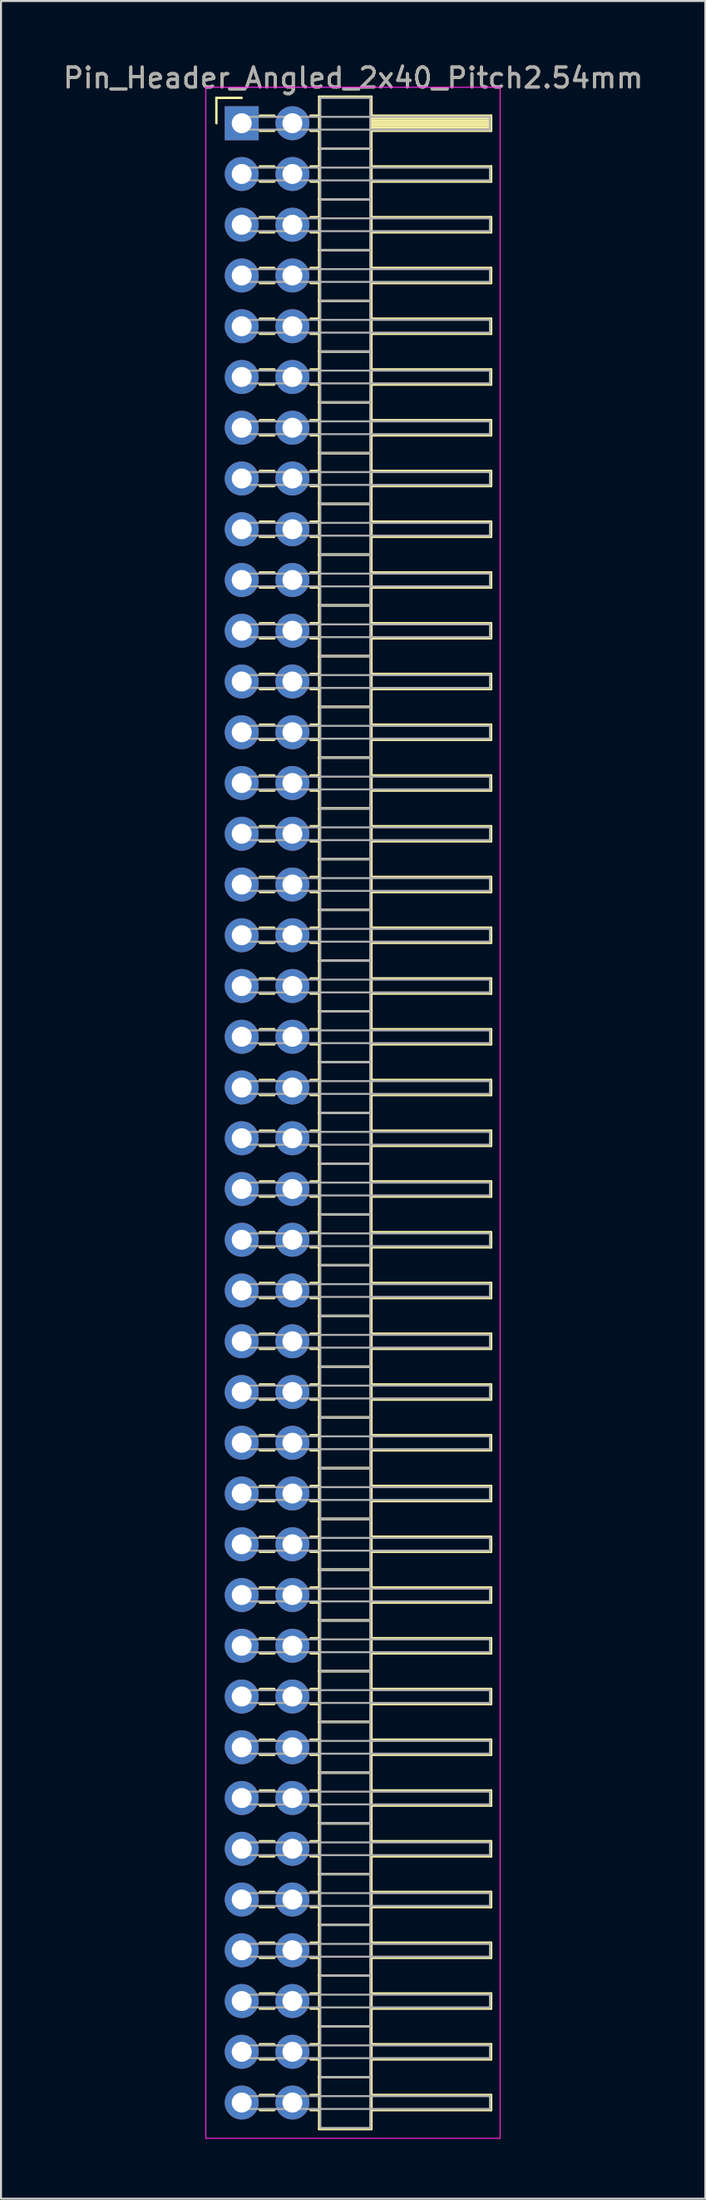
<source format=kicad_pcb>
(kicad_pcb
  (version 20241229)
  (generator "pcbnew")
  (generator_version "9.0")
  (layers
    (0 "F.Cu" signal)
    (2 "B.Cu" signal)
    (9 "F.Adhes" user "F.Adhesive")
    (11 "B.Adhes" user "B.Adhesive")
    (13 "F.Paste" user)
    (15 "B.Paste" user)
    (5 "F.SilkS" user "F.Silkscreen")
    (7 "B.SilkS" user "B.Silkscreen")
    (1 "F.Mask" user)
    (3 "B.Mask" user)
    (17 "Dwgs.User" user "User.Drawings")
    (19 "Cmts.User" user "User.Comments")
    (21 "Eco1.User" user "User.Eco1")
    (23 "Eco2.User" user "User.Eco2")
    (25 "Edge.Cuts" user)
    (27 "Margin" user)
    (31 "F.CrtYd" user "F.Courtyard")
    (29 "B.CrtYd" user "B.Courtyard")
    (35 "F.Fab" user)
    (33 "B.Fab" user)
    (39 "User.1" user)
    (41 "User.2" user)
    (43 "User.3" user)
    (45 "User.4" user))
  (footprint "Pin_Header_Angled_2x40_Pitch2.54mm"
    (layer "F.Cu")
    (at 9.064 3.118)
    (property "Reference" "Pin_Header_Angled_2x40_Pitch2.54mm" (at 5.585 -2.27 0) (layer "F.SilkS") (effects (font (size 1 1) (thickness 0.15))))
    (attr through_hole)
    (fp_line (start -1.27 -1.27) (end 0 -1.27) (stroke (width 0.12) (type solid)) (layer "F.SilkS"))
    (fp_line (start -1.27 0) (end -1.27 -1.27) (stroke (width 0.12) (type solid)) (layer "F.SilkS"))
    (fp_line (start 0.91 -0.38) (end 1.63 -0.38) (stroke (width 0.12) (type solid)) (layer "F.SilkS"))
    (fp_line (start 0.91 0.38) (end 1.63 0.38) (stroke (width 0.12) (type solid)) (layer "F.SilkS"))
    (fp_line (start 0.91 2.16) (end 1.63 2.16) (stroke (width 0.12) (type solid)) (layer "F.SilkS"))
    (fp_line (start 0.91 2.92) (end 1.63 2.92) (stroke (width 0.12) (type solid)) (layer "F.SilkS"))
    (fp_line (start 0.91 4.7) (end 1.63 4.7) (stroke (width 0.12) (type solid)) (layer "F.SilkS"))
    (fp_line (start 0.91 5.46) (end 1.63 5.46) (stroke (width 0.12) (type solid)) (layer "F.SilkS"))
    (fp_line (start 0.91 7.24) (end 1.63 7.24) (stroke (width 0.12) (type solid)) (layer "F.SilkS"))
    (fp_line (start 0.91 8) (end 1.63 8) (stroke (width 0.12) (type solid)) (layer "F.SilkS"))
    (fp_line (start 0.91 9.78) (end 1.63 9.78) (stroke (width 0.12) (type solid)) (layer "F.SilkS"))
    (fp_line (start 0.91 10.54) (end 1.63 10.54) (stroke (width 0.12) (type solid)) (layer "F.SilkS"))
    (fp_line (start 0.91 12.32) (end 1.63 12.32) (stroke (width 0.12) (type solid)) (layer "F.SilkS"))
    (fp_line (start 0.91 13.08) (end 1.63 13.08) (stroke (width 0.12) (type solid)) (layer "F.SilkS"))
    (fp_line (start 0.91 14.86) (end 1.63 14.86) (stroke (width 0.12) (type solid)) (layer "F.SilkS"))
    (fp_line (start 0.91 15.62) (end 1.63 15.62) (stroke (width 0.12) (type solid)) (layer "F.SilkS"))
    (fp_line (start 0.91 17.4) (end 1.63 17.4) (stroke (width 0.12) (type solid)) (layer "F.SilkS"))
    (fp_line (start 0.91 18.16) (end 1.63 18.16) (stroke (width 0.12) (type solid)) (layer "F.SilkS"))
    (fp_line (start 0.91 19.94) (end 1.63 19.94) (stroke (width 0.12) (type solid)) (layer "F.SilkS"))
    (fp_line (start 0.91 20.7) (end 1.63 20.7) (stroke (width 0.12) (type solid)) (layer "F.SilkS"))
    (fp_line (start 0.91 22.48) (end 1.63 22.48) (stroke (width 0.12) (type solid)) (layer "F.SilkS"))
    (fp_line (start 0.91 23.24) (end 1.63 23.24) (stroke (width 0.12) (type solid)) (layer "F.SilkS"))
    (fp_line (start 0.91 25.02) (end 1.63 25.02) (stroke (width 0.12) (type solid)) (layer "F.SilkS"))
    (fp_line (start 0.91 25.78) (end 1.63 25.78) (stroke (width 0.12) (type solid)) (layer "F.SilkS"))
    (fp_line (start 0.91 27.56) (end 1.63 27.56) (stroke (width 0.12) (type solid)) (layer "F.SilkS"))
    (fp_line (start 0.91 28.32) (end 1.63 28.32) (stroke (width 0.12) (type solid)) (layer "F.SilkS"))
    (fp_line (start 0.91 30.1) (end 1.63 30.1) (stroke (width 0.12) (type solid)) (layer "F.SilkS"))
    (fp_line (start 0.91 30.86) (end 1.63 30.86) (stroke (width 0.12) (type solid)) (layer "F.SilkS"))
    (fp_line (start 0.91 32.64) (end 1.63 32.64) (stroke (width 0.12) (type solid)) (layer "F.SilkS"))
    (fp_line (start 0.91 33.4) (end 1.63 33.4) (stroke (width 0.12) (type solid)) (layer "F.SilkS"))
    (fp_line (start 0.91 35.18) (end 1.63 35.18) (stroke (width 0.12) (type solid)) (layer "F.SilkS"))
    (fp_line (start 0.91 35.94) (end 1.63 35.94) (stroke (width 0.12) (type solid)) (layer "F.SilkS"))
    (fp_line (start 0.91 37.72) (end 1.63 37.72) (stroke (width 0.12) (type solid)) (layer "F.SilkS"))
    (fp_line (start 0.91 38.48) (end 1.63 38.48) (stroke (width 0.12) (type solid)) (layer "F.SilkS"))
    (fp_line (start 0.91 40.26) (end 1.63 40.26) (stroke (width 0.12) (type solid)) (layer "F.SilkS"))
    (fp_line (start 0.91 41.02) (end 1.63 41.02) (stroke (width 0.12) (type solid)) (layer "F.SilkS"))
    (fp_line (start 0.91 42.8) (end 1.63 42.8) (stroke (width 0.12) (type solid)) (layer "F.SilkS"))
    (fp_line (start 0.91 43.56) (end 1.63 43.56) (stroke (width 0.12) (type solid)) (layer "F.SilkS"))
    (fp_line (start 0.91 45.34) (end 1.63 45.34) (stroke (width 0.12) (type solid)) (layer "F.SilkS"))
    (fp_line (start 0.91 46.1) (end 1.63 46.1) (stroke (width 0.12) (type solid)) (layer "F.SilkS"))
    (fp_line (start 0.91 47.88) (end 1.63 47.88) (stroke (width 0.12) (type solid)) (layer "F.SilkS"))
    (fp_line (start 0.91 48.64) (end 1.63 48.64) (stroke (width 0.12) (type solid)) (layer "F.SilkS"))
    (fp_line (start 0.91 50.42) (end 1.63 50.42) (stroke (width 0.12) (type solid)) (layer "F.SilkS"))
    (fp_line (start 0.91 51.18) (end 1.63 51.18) (stroke (width 0.12) (type solid)) (layer "F.SilkS"))
    (fp_line (start 0.91 52.96) (end 1.63 52.96) (stroke (width 0.12) (type solid)) (layer "F.SilkS"))
    (fp_line (start 0.91 53.72) (end 1.63 53.72) (stroke (width 0.12) (type solid)) (layer "F.SilkS"))
    (fp_line (start 0.91 55.5) (end 1.63 55.5) (stroke (width 0.12) (type solid)) (layer "F.SilkS"))
    (fp_line (start 0.91 56.26) (end 1.63 56.26) (stroke (width 0.12) (type solid)) (layer "F.SilkS"))
    (fp_line (start 0.91 58.04) (end 1.63 58.04) (stroke (width 0.12) (type solid)) (layer "F.SilkS"))
    (fp_line (start 0.91 58.8) (end 1.63 58.8) (stroke (width 0.12) (type solid)) (layer "F.SilkS"))
    (fp_line (start 0.91 60.58) (end 1.63 60.58) (stroke (width 0.12) (type solid)) (layer "F.SilkS"))
    (fp_line (start 0.91 61.34) (end 1.63 61.34) (stroke (width 0.12) (type solid)) (layer "F.SilkS"))
    (fp_line (start 0.91 63.12) (end 1.63 63.12) (stroke (width 0.12) (type solid)) (layer "F.SilkS"))
    (fp_line (start 0.91 63.88) (end 1.63 63.88) (stroke (width 0.12) (type solid)) (layer "F.SilkS"))
    (fp_line (start 0.91 65.66) (end 1.63 65.66) (stroke (width 0.12) (type solid)) (layer "F.SilkS"))
    (fp_line (start 0.91 66.42) (end 1.63 66.42) (stroke (width 0.12) (type solid)) (layer "F.SilkS"))
    (fp_line (start 0.91 68.2) (end 1.63 68.2) (stroke (width 0.12) (type solid)) (layer "F.SilkS"))
    (fp_line (start 0.91 68.96) (end 1.63 68.96) (stroke (width 0.12) (type solid)) (layer "F.SilkS"))
    (fp_line (start 0.91 70.74) (end 1.63 70.74) (stroke (width 0.12) (type solid)) (layer "F.SilkS"))
    (fp_line (start 0.91 71.5) (end 1.63 71.5) (stroke (width 0.12) (type solid)) (layer "F.SilkS"))
    (fp_line (start 0.91 73.28) (end 1.63 73.28) (stroke (width 0.12) (type solid)) (layer "F.SilkS"))
    (fp_line (start 0.91 74.04) (end 1.63 74.04) (stroke (width 0.12) (type solid)) (layer "F.SilkS"))
    (fp_line (start 0.91 75.82) (end 1.63 75.82) (stroke (width 0.12) (type solid)) (layer "F.SilkS"))
    (fp_line (start 0.91 76.58) (end 1.63 76.58) (stroke (width 0.12) (type solid)) (layer "F.SilkS"))
    (fp_line (start 0.91 78.36) (end 1.63 78.36) (stroke (width 0.12) (type solid)) (layer "F.SilkS"))
    (fp_line (start 0.91 79.12) (end 1.63 79.12) (stroke (width 0.12) (type solid)) (layer "F.SilkS"))
    (fp_line (start 0.91 80.9) (end 1.63 80.9) (stroke (width 0.12) (type solid)) (layer "F.SilkS"))
    (fp_line (start 0.91 81.66) (end 1.63 81.66) (stroke (width 0.12) (type solid)) (layer "F.SilkS"))
    (fp_line (start 0.91 83.44) (end 1.63 83.44) (stroke (width 0.12) (type solid)) (layer "F.SilkS"))
    (fp_line (start 0.91 84.2) (end 1.63 84.2) (stroke (width 0.12) (type solid)) (layer "F.SilkS"))
    (fp_line (start 0.91 85.98) (end 1.63 85.98) (stroke (width 0.12) (type solid)) (layer "F.SilkS"))
    (fp_line (start 0.91 86.74) (end 1.63 86.74) (stroke (width 0.12) (type solid)) (layer "F.SilkS"))
    (fp_line (start 0.91 88.52) (end 1.63 88.52) (stroke (width 0.12) (type solid)) (layer "F.SilkS"))
    (fp_line (start 0.91 89.28) (end 1.63 89.28) (stroke (width 0.12) (type solid)) (layer "F.SilkS"))
    (fp_line (start 0.91 91.06) (end 1.63 91.06) (stroke (width 0.12) (type solid)) (layer "F.SilkS"))
    (fp_line (start 0.91 91.82) (end 1.63 91.82) (stroke (width 0.12) (type solid)) (layer "F.SilkS"))
    (fp_line (start 0.91 93.6) (end 1.63 93.6) (stroke (width 0.12) (type solid)) (layer "F.SilkS"))
    (fp_line (start 0.91 94.36) (end 1.63 94.36) (stroke (width 0.12) (type solid)) (layer "F.SilkS"))
    (fp_line (start 0.91 96.14) (end 1.63 96.14) (stroke (width 0.12) (type solid)) (layer "F.SilkS"))
    (fp_line (start 0.91 96.9) (end 1.63 96.9) (stroke (width 0.12) (type solid)) (layer "F.SilkS"))
    (fp_line (start 0.91 98.68) (end 1.63 98.68) (stroke (width 0.12) (type solid)) (layer "F.SilkS"))
    (fp_line (start 0.91 99.44) (end 1.63 99.44) (stroke (width 0.12) (type solid)) (layer "F.SilkS"))
    (fp_line (start 3.45 -0.38) (end 3.88 -0.38) (stroke (width 0.12) (type solid)) (layer "F.SilkS"))
    (fp_line (start 3.45 0.38) (end 3.88 0.38) (stroke (width 0.12) (type solid)) (layer "F.SilkS"))
    (fp_line (start 3.45 2.16) (end 3.88 2.16) (stroke (width 0.12) (type solid)) (layer "F.SilkS"))
    (fp_line (start 3.45 2.92) (end 3.88 2.92) (stroke (width 0.12) (type solid)) (layer "F.SilkS"))
    (fp_line (start 3.45 4.7) (end 3.88 4.7) (stroke (width 0.12) (type solid)) (layer "F.SilkS"))
    (fp_line (start 3.45 5.46) (end 3.88 5.46) (stroke (width 0.12) (type solid)) (layer "F.SilkS"))
    (fp_line (start 3.45 7.24) (end 3.88 7.24) (stroke (width 0.12) (type solid)) (layer "F.SilkS"))
    (fp_line (start 3.45 8) (end 3.88 8) (stroke (width 0.12) (type solid)) (layer "F.SilkS"))
    (fp_line (start 3.45 9.78) (end 3.88 9.78) (stroke (width 0.12) (type solid)) (layer "F.SilkS"))
    (fp_line (start 3.45 10.54) (end 3.88 10.54) (stroke (width 0.12) (type solid)) (layer "F.SilkS"))
    (fp_line (start 3.45 12.32) (end 3.88 12.32) (stroke (width 0.12) (type solid)) (layer "F.SilkS"))
    (fp_line (start 3.45 13.08) (end 3.88 13.08) (stroke (width 0.12) (type solid)) (layer "F.SilkS"))
    (fp_line (start 3.45 14.86) (end 3.88 14.86) (stroke (width 0.12) (type solid)) (layer "F.SilkS"))
    (fp_line (start 3.45 15.62) (end 3.88 15.62) (stroke (width 0.12) (type solid)) (layer "F.SilkS"))
    (fp_line (start 3.45 17.4) (end 3.88 17.4) (stroke (width 0.12) (type solid)) (layer "F.SilkS"))
    (fp_line (start 3.45 18.16) (end 3.88 18.16) (stroke (width 0.12) (type solid)) (layer "F.SilkS"))
    (fp_line (start 3.45 19.94) (end 3.88 19.94) (stroke (width 0.12) (type solid)) (layer "F.SilkS"))
    (fp_line (start 3.45 20.7) (end 3.88 20.7) (stroke (width 0.12) (type solid)) (layer "F.SilkS"))
    (fp_line (start 3.45 22.48) (end 3.88 22.48) (stroke (width 0.12) (type solid)) (layer "F.SilkS"))
    (fp_line (start 3.45 23.24) (end 3.88 23.24) (stroke (width 0.12) (type solid)) (layer "F.SilkS"))
    (fp_line (start 3.45 25.02) (end 3.88 25.02) (stroke (width 0.12) (type solid)) (layer "F.SilkS"))
    (fp_line (start 3.45 25.78) (end 3.88 25.78) (stroke (width 0.12) (type solid)) (layer "F.SilkS"))
    (fp_line (start 3.45 27.56) (end 3.88 27.56) (stroke (width 0.12) (type solid)) (layer "F.SilkS"))
    (fp_line (start 3.45 28.32) (end 3.88 28.32) (stroke (width 0.12) (type solid)) (layer "F.SilkS"))
    (fp_line (start 3.45 30.1) (end 3.88 30.1) (stroke (width 0.12) (type solid)) (layer "F.SilkS"))
    (fp_line (start 3.45 30.86) (end 3.88 30.86) (stroke (width 0.12) (type solid)) (layer "F.SilkS"))
    (fp_line (start 3.45 32.64) (end 3.88 32.64) (stroke (width 0.12) (type solid)) (layer "F.SilkS"))
    (fp_line (start 3.45 33.4) (end 3.88 33.4) (stroke (width 0.12) (type solid)) (layer "F.SilkS"))
    (fp_line (start 3.45 35.18) (end 3.88 35.18) (stroke (width 0.12) (type solid)) (layer "F.SilkS"))
    (fp_line (start 3.45 35.94) (end 3.88 35.94) (stroke (width 0.12) (type solid)) (layer "F.SilkS"))
    (fp_line (start 3.45 37.72) (end 3.88 37.72) (stroke (width 0.12) (type solid)) (layer "F.SilkS"))
    (fp_line (start 3.45 38.48) (end 3.88 38.48) (stroke (width 0.12) (type solid)) (layer "F.SilkS"))
    (fp_line (start 3.45 40.26) (end 3.88 40.26) (stroke (width 0.12) (type solid)) (layer "F.SilkS"))
    (fp_line (start 3.45 41.02) (end 3.88 41.02) (stroke (width 0.12) (type solid)) (layer "F.SilkS"))
    (fp_line (start 3.45 42.8) (end 3.88 42.8) (stroke (width 0.12) (type solid)) (layer "F.SilkS"))
    (fp_line (start 3.45 43.56) (end 3.88 43.56) (stroke (width 0.12) (type solid)) (layer "F.SilkS"))
    (fp_line (start 3.45 45.34) (end 3.88 45.34) (stroke (width 0.12) (type solid)) (layer "F.SilkS"))
    (fp_line (start 3.45 46.1) (end 3.88 46.1) (stroke (width 0.12) (type solid)) (layer "F.SilkS"))
    (fp_line (start 3.45 47.88) (end 3.88 47.88) (stroke (width 0.12) (type solid)) (layer "F.SilkS"))
    (fp_line (start 3.45 48.64) (end 3.88 48.64) (stroke (width 0.12) (type solid)) (layer "F.SilkS"))
    (fp_line (start 3.45 50.42) (end 3.88 50.42) (stroke (width 0.12) (type solid)) (layer "F.SilkS"))
    (fp_line (start 3.45 51.18) (end 3.88 51.18) (stroke (width 0.12) (type solid)) (layer "F.SilkS"))
    (fp_line (start 3.45 52.96) (end 3.88 52.96) (stroke (width 0.12) (type solid)) (layer "F.SilkS"))
    (fp_line (start 3.45 53.72) (end 3.88 53.72) (stroke (width 0.12) (type solid)) (layer "F.SilkS"))
    (fp_line (start 3.45 55.5) (end 3.88 55.5) (stroke (width 0.12) (type solid)) (layer "F.SilkS"))
    (fp_line (start 3.45 56.26) (end 3.88 56.26) (stroke (width 0.12) (type solid)) (layer "F.SilkS"))
    (fp_line (start 3.45 58.04) (end 3.88 58.04) (stroke (width 0.12) (type solid)) (layer "F.SilkS"))
    (fp_line (start 3.45 58.8) (end 3.88 58.8) (stroke (width 0.12) (type solid)) (layer "F.SilkS"))
    (fp_line (start 3.45 60.58) (end 3.88 60.58) (stroke (width 0.12) (type solid)) (layer "F.SilkS"))
    (fp_line (start 3.45 61.34) (end 3.88 61.34) (stroke (width 0.12) (type solid)) (layer "F.SilkS"))
    (fp_line (start 3.45 63.12) (end 3.88 63.12) (stroke (width 0.12) (type solid)) (layer "F.SilkS"))
    (fp_line (start 3.45 63.88) (end 3.88 63.88) (stroke (width 0.12) (type solid)) (layer "F.SilkS"))
    (fp_line (start 3.45 65.66) (end 3.88 65.66) (stroke (width 0.12) (type solid)) (layer "F.SilkS"))
    (fp_line (start 3.45 66.42) (end 3.88 66.42) (stroke (width 0.12) (type solid)) (layer "F.SilkS"))
    (fp_line (start 3.45 68.2) (end 3.88 68.2) (stroke (width 0.12) (type solid)) (layer "F.SilkS"))
    (fp_line (start 3.45 68.96) (end 3.88 68.96) (stroke (width 0.12) (type solid)) (layer "F.SilkS"))
    (fp_line (start 3.45 70.74) (end 3.88 70.74) (stroke (width 0.12) (type solid)) (layer "F.SilkS"))
    (fp_line (start 3.45 71.5) (end 3.88 71.5) (stroke (width 0.12) (type solid)) (layer "F.SilkS"))
    (fp_line (start 3.45 73.28) (end 3.88 73.28) (stroke (width 0.12) (type solid)) (layer "F.SilkS"))
    (fp_line (start 3.45 74.04) (end 3.88 74.04) (stroke (width 0.12) (type solid)) (layer "F.SilkS"))
    (fp_line (start 3.45 75.82) (end 3.88 75.82) (stroke (width 0.12) (type solid)) (layer "F.SilkS"))
    (fp_line (start 3.45 76.58) (end 3.88 76.58) (stroke (width 0.12) (type solid)) (layer "F.SilkS"))
    (fp_line (start 3.45 78.36) (end 3.88 78.36) (stroke (width 0.12) (type solid)) (layer "F.SilkS"))
    (fp_line (start 3.45 79.12) (end 3.88 79.12) (stroke (width 0.12) (type solid)) (layer "F.SilkS"))
    (fp_line (start 3.45 80.9) (end 3.88 80.9) (stroke (width 0.12) (type solid)) (layer "F.SilkS"))
    (fp_line (start 3.45 81.66) (end 3.88 81.66) (stroke (width 0.12) (type solid)) (layer "F.SilkS"))
    (fp_line (start 3.45 83.44) (end 3.88 83.44) (stroke (width 0.12) (type solid)) (layer "F.SilkS"))
    (fp_line (start 3.45 84.2) (end 3.88 84.2) (stroke (width 0.12) (type solid)) (layer "F.SilkS"))
    (fp_line (start 3.45 85.98) (end 3.88 85.98) (stroke (width 0.12) (type solid)) (layer "F.SilkS"))
    (fp_line (start 3.45 86.74) (end 3.88 86.74) (stroke (width 0.12) (type solid)) (layer "F.SilkS"))
    (fp_line (start 3.45 88.52) (end 3.88 88.52) (stroke (width 0.12) (type solid)) (layer "F.SilkS"))
    (fp_line (start 3.45 89.28) (end 3.88 89.28) (stroke (width 0.12) (type solid)) (layer "F.SilkS"))
    (fp_line (start 3.45 91.06) (end 3.88 91.06) (stroke (width 0.12) (type solid)) (layer "F.SilkS"))
    (fp_line (start 3.45 91.82) (end 3.88 91.82) (stroke (width 0.12) (type solid)) (layer "F.SilkS"))
    (fp_line (start 3.45 93.6) (end 3.88 93.6) (stroke (width 0.12) (type solid)) (layer "F.SilkS"))
    (fp_line (start 3.45 94.36) (end 3.88 94.36) (stroke (width 0.12) (type solid)) (layer "F.SilkS"))
    (fp_line (start 3.45 96.14) (end 3.88 96.14) (stroke (width 0.12) (type solid)) (layer "F.SilkS"))
    (fp_line (start 3.45 96.9) (end 3.88 96.9) (stroke (width 0.12) (type solid)) (layer "F.SilkS"))
    (fp_line (start 3.45 98.68) (end 3.88 98.68) (stroke (width 0.12) (type solid)) (layer "F.SilkS"))
    (fp_line (start 3.45 99.44) (end 3.88 99.44) (stroke (width 0.12) (type solid)) (layer "F.SilkS"))
    (fp_line (start 3.88 -1.33) (end 3.88 1.27) (stroke (width 0.12) (type solid)) (layer "F.SilkS"))
    (fp_line (start 3.88 1.27) (end 3.88 3.81) (stroke (width 0.12) (type solid)) (layer "F.SilkS"))
    (fp_line (start 3.88 1.27) (end 6.5 1.27) (stroke (width 0.12) (type solid)) (layer "F.SilkS"))
    (fp_line (start 3.88 3.81) (end 3.88 6.35) (stroke (width 0.12) (type solid)) (layer "F.SilkS"))
    (fp_line (start 3.88 3.81) (end 6.5 3.81) (stroke (width 0.12) (type solid)) (layer "F.SilkS"))
    (fp_line (start 3.88 6.35) (end 3.88 8.89) (stroke (width 0.12) (type solid)) (layer "F.SilkS"))
    (fp_line (start 3.88 6.35) (end 6.5 6.35) (stroke (width 0.12) (type solid)) (layer "F.SilkS"))
    (fp_line (start 3.88 8.89) (end 3.88 11.43) (stroke (width 0.12) (type solid)) (layer "F.SilkS"))
    (fp_line (start 3.88 8.89) (end 6.5 8.89) (stroke (width 0.12) (type solid)) (layer "F.SilkS"))
    (fp_line (start 3.88 11.43) (end 3.88 13.97) (stroke (width 0.12) (type solid)) (layer "F.SilkS"))
    (fp_line (start 3.88 11.43) (end 6.5 11.43) (stroke (width 0.12) (type solid)) (layer "F.SilkS"))
    (fp_line (start 3.88 13.97) (end 3.88 16.51) (stroke (width 0.12) (type solid)) (layer "F.SilkS"))
    (fp_line (start 3.88 13.97) (end 6.5 13.97) (stroke (width 0.12) (type solid)) (layer "F.SilkS"))
    (fp_line (start 3.88 16.51) (end 3.88 19.05) (stroke (width 0.12) (type solid)) (layer "F.SilkS"))
    (fp_line (start 3.88 16.51) (end 6.5 16.51) (stroke (width 0.12) (type solid)) (layer "F.SilkS"))
    (fp_line (start 3.88 19.05) (end 3.88 21.59) (stroke (width 0.12) (type solid)) (layer "F.SilkS"))
    (fp_line (start 3.88 19.05) (end 6.5 19.05) (stroke (width 0.12) (type solid)) (layer "F.SilkS"))
    (fp_line (start 3.88 21.59) (end 3.88 24.13) (stroke (width 0.12) (type solid)) (layer "F.SilkS"))
    (fp_line (start 3.88 21.59) (end 6.5 21.59) (stroke (width 0.12) (type solid)) (layer "F.SilkS"))
    (fp_line (start 3.88 24.13) (end 3.88 26.67) (stroke (width 0.12) (type solid)) (layer "F.SilkS"))
    (fp_line (start 3.88 24.13) (end 6.5 24.13) (stroke (width 0.12) (type solid)) (layer "F.SilkS"))
    (fp_line (start 3.88 26.67) (end 3.88 29.21) (stroke (width 0.12) (type solid)) (layer "F.SilkS"))
    (fp_line (start 3.88 26.67) (end 6.5 26.67) (stroke (width 0.12) (type solid)) (layer "F.SilkS"))
    (fp_line (start 3.88 29.21) (end 3.88 31.75) (stroke (width 0.12) (type solid)) (layer "F.SilkS"))
    (fp_line (start 3.88 29.21) (end 6.5 29.21) (stroke (width 0.12) (type solid)) (layer "F.SilkS"))
    (fp_line (start 3.88 31.75) (end 3.88 34.29) (stroke (width 0.12) (type solid)) (layer "F.SilkS"))
    (fp_line (start 3.88 31.75) (end 6.5 31.75) (stroke (width 0.12) (type solid)) (layer "F.SilkS"))
    (fp_line (start 3.88 34.29) (end 3.88 36.83) (stroke (width 0.12) (type solid)) (layer "F.SilkS"))
    (fp_line (start 3.88 34.29) (end 6.5 34.29) (stroke (width 0.12) (type solid)) (layer "F.SilkS"))
    (fp_line (start 3.88 36.83) (end 3.88 39.37) (stroke (width 0.12) (type solid)) (layer "F.SilkS"))
    (fp_line (start 3.88 36.83) (end 6.5 36.83) (stroke (width 0.12) (type solid)) (layer "F.SilkS"))
    (fp_line (start 3.88 39.37) (end 3.88 41.91) (stroke (width 0.12) (type solid)) (layer "F.SilkS"))
    (fp_line (start 3.88 39.37) (end 6.5 39.37) (stroke (width 0.12) (type solid)) (layer "F.SilkS"))
    (fp_line (start 3.88 41.91) (end 3.88 44.45) (stroke (width 0.12) (type solid)) (layer "F.SilkS"))
    (fp_line (start 3.88 41.91) (end 6.5 41.91) (stroke (width 0.12) (type solid)) (layer "F.SilkS"))
    (fp_line (start 3.88 44.45) (end 3.88 46.99) (stroke (width 0.12) (type solid)) (layer "F.SilkS"))
    (fp_line (start 3.88 44.45) (end 6.5 44.45) (stroke (width 0.12) (type solid)) (layer "F.SilkS"))
    (fp_line (start 3.88 46.99) (end 3.88 49.53) (stroke (width 0.12) (type solid)) (layer "F.SilkS"))
    (fp_line (start 3.88 46.99) (end 6.5 46.99) (stroke (width 0.12) (type solid)) (layer "F.SilkS"))
    (fp_line (start 3.88 49.53) (end 3.88 52.07) (stroke (width 0.12) (type solid)) (layer "F.SilkS"))
    (fp_line (start 3.88 49.53) (end 6.5 49.53) (stroke (width 0.12) (type solid)) (layer "F.SilkS"))
    (fp_line (start 3.88 52.07) (end 3.88 54.61) (stroke (width 0.12) (type solid)) (layer "F.SilkS"))
    (fp_line (start 3.88 52.07) (end 6.5 52.07) (stroke (width 0.12) (type solid)) (layer "F.SilkS"))
    (fp_line (start 3.88 54.61) (end 3.88 57.15) (stroke (width 0.12) (type solid)) (layer "F.SilkS"))
    (fp_line (start 3.88 54.61) (end 6.5 54.61) (stroke (width 0.12) (type solid)) (layer "F.SilkS"))
    (fp_line (start 3.88 57.15) (end 3.88 59.69) (stroke (width 0.12) (type solid)) (layer "F.SilkS"))
    (fp_line (start 3.88 57.15) (end 6.5 57.15) (stroke (width 0.12) (type solid)) (layer "F.SilkS"))
    (fp_line (start 3.88 59.69) (end 3.88 62.23) (stroke (width 0.12) (type solid)) (layer "F.SilkS"))
    (fp_line (start 3.88 59.69) (end 6.5 59.69) (stroke (width 0.12) (type solid)) (layer "F.SilkS"))
    (fp_line (start 3.88 62.23) (end 3.88 64.77) (stroke (width 0.12) (type solid)) (layer "F.SilkS"))
    (fp_line (start 3.88 62.23) (end 6.5 62.23) (stroke (width 0.12) (type solid)) (layer "F.SilkS"))
    (fp_line (start 3.88 64.77) (end 3.88 67.31) (stroke (width 0.12) (type solid)) (layer "F.SilkS"))
    (fp_line (start 3.88 64.77) (end 6.5 64.77) (stroke (width 0.12) (type solid)) (layer "F.SilkS"))
    (fp_line (start 3.88 67.31) (end 3.88 69.85) (stroke (width 0.12) (type solid)) (layer "F.SilkS"))
    (fp_line (start 3.88 67.31) (end 6.5 67.31) (stroke (width 0.12) (type solid)) (layer "F.SilkS"))
    (fp_line (start 3.88 69.85) (end 3.88 72.39) (stroke (width 0.12) (type solid)) (layer "F.SilkS"))
    (fp_line (start 3.88 69.85) (end 6.5 69.85) (stroke (width 0.12) (type solid)) (layer "F.SilkS"))
    (fp_line (start 3.88 72.39) (end 3.88 74.93) (stroke (width 0.12) (type solid)) (layer "F.SilkS"))
    (fp_line (start 3.88 72.39) (end 6.5 72.39) (stroke (width 0.12) (type solid)) (layer "F.SilkS"))
    (fp_line (start 3.88 74.93) (end 3.88 77.47) (stroke (width 0.12) (type solid)) (layer "F.SilkS"))
    (fp_line (start 3.88 74.93) (end 6.5 74.93) (stroke (width 0.12) (type solid)) (layer "F.SilkS"))
    (fp_line (start 3.88 77.47) (end 3.88 80.01) (stroke (width 0.12) (type solid)) (layer "F.SilkS"))
    (fp_line (start 3.88 77.47) (end 6.5 77.47) (stroke (width 0.12) (type solid)) (layer "F.SilkS"))
    (fp_line (start 3.88 80.01) (end 3.88 82.55) (stroke (width 0.12) (type solid)) (layer "F.SilkS"))
    (fp_line (start 3.88 80.01) (end 6.5 80.01) (stroke (width 0.12) (type solid)) (layer "F.SilkS"))
    (fp_line (start 3.88 82.55) (end 3.88 85.09) (stroke (width 0.12) (type solid)) (layer "F.SilkS"))
    (fp_line (start 3.88 82.55) (end 6.5 82.55) (stroke (width 0.12) (type solid)) (layer "F.SilkS"))
    (fp_line (start 3.88 85.09) (end 3.88 87.63) (stroke (width 0.12) (type solid)) (layer "F.SilkS"))
    (fp_line (start 3.88 85.09) (end 6.5 85.09) (stroke (width 0.12) (type solid)) (layer "F.SilkS"))
    (fp_line (start 3.88 87.63) (end 3.88 90.17) (stroke (width 0.12) (type solid)) (layer "F.SilkS"))
    (fp_line (start 3.88 87.63) (end 6.5 87.63) (stroke (width 0.12) (type solid)) (layer "F.SilkS"))
    (fp_line (start 3.88 90.17) (end 3.88 92.71) (stroke (width 0.12) (type solid)) (layer "F.SilkS"))
    (fp_line (start 3.88 90.17) (end 6.5 90.17) (stroke (width 0.12) (type solid)) (layer "F.SilkS"))
    (fp_line (start 3.88 92.71) (end 3.88 95.25) (stroke (width 0.12) (type solid)) (layer "F.SilkS"))
    (fp_line (start 3.88 92.71) (end 6.5 92.71) (stroke (width 0.12) (type solid)) (layer "F.SilkS"))
    (fp_line (start 3.88 95.25) (end 3.88 97.79) (stroke (width 0.12) (type solid)) (layer "F.SilkS"))
    (fp_line (start 3.88 95.25) (end 6.5 95.25) (stroke (width 0.12) (type solid)) (layer "F.SilkS"))
    (fp_line (start 3.88 97.79) (end 3.88 100.39) (stroke (width 0.12) (type solid)) (layer "F.SilkS"))
    (fp_line (start 3.88 97.79) (end 6.5 97.79) (stroke (width 0.12) (type solid)) (layer "F.SilkS"))
    (fp_line (start 3.88 100.39) (end 6.5 100.39) (stroke (width 0.12) (type solid)) (layer "F.SilkS"))
    (fp_line (start 6.5 -1.33) (end 3.88 -1.33) (stroke (width 0.12) (type solid)) (layer "F.SilkS"))
    (fp_line (start 6.5 -0.38) (end 6.5 0.38) (stroke (width 0.12) (type solid)) (layer "F.SilkS"))
    (fp_line (start 6.5 -0.26) (end 12.5 -0.26) (stroke (width 0.12) (type solid)) (layer "F.SilkS"))
    (fp_line (start 6.5 -0.14) (end 12.5 -0.14) (stroke (width 0.12) (type solid)) (layer "F.SilkS"))
    (fp_line (start 6.5 -0.02) (end 12.5 -0.02) (stroke (width 0.12) (type solid)) (layer "F.SilkS"))
    (fp_line (start 6.5 0.1) (end 12.5 0.1) (stroke (width 0.12) (type solid)) (layer "F.SilkS"))
    (fp_line (start 6.5 0.22) (end 12.5 0.22) (stroke (width 0.12) (type solid)) (layer "F.SilkS"))
    (fp_line (start 6.5 0.34) (end 12.5 0.34) (stroke (width 0.12) (type solid)) (layer "F.SilkS"))
    (fp_line (start 6.5 0.38) (end 12.5 0.38) (stroke (width 0.12) (type solid)) (layer "F.SilkS"))
    (fp_line (start 6.5 1.27) (end 3.88 1.27) (stroke (width 0.12) (type solid)) (layer "F.SilkS"))
    (fp_line (start 6.5 1.27) (end 6.5 -1.33) (stroke (width 0.12) (type solid)) (layer "F.SilkS"))
    (fp_line (start 6.5 2.16) (end 6.5 2.92) (stroke (width 0.12) (type solid)) (layer "F.SilkS"))
    (fp_line (start 6.5 2.92) (end 12.5 2.92) (stroke (width 0.12) (type solid)) (layer "F.SilkS"))
    (fp_line (start 6.5 3.81) (end 3.88 3.81) (stroke (width 0.12) (type solid)) (layer "F.SilkS"))
    (fp_line (start 6.5 3.81) (end 6.5 1.27) (stroke (width 0.12) (type solid)) (layer "F.SilkS"))
    (fp_line (start 6.5 4.7) (end 6.5 5.46) (stroke (width 0.12) (type solid)) (layer "F.SilkS"))
    (fp_line (start 6.5 5.46) (end 12.5 5.46) (stroke (width 0.12) (type solid)) (layer "F.SilkS"))
    (fp_line (start 6.5 6.35) (end 3.88 6.35) (stroke (width 0.12) (type solid)) (layer "F.SilkS"))
    (fp_line (start 6.5 6.35) (end 6.5 3.81) (stroke (width 0.12) (type solid)) (layer "F.SilkS"))
    (fp_line (start 6.5 7.24) (end 6.5 8) (stroke (width 0.12) (type solid)) (layer "F.SilkS"))
    (fp_line (start 6.5 8) (end 12.5 8) (stroke (width 0.12) (type solid)) (layer "F.SilkS"))
    (fp_line (start 6.5 8.89) (end 3.88 8.89) (stroke (width 0.12) (type solid)) (layer "F.SilkS"))
    (fp_line (start 6.5 8.89) (end 6.5 6.35) (stroke (width 0.12) (type solid)) (layer "F.SilkS"))
    (fp_line (start 6.5 9.78) (end 6.5 10.54) (stroke (width 0.12) (type solid)) (layer "F.SilkS"))
    (fp_line (start 6.5 10.54) (end 12.5 10.54) (stroke (width 0.12) (type solid)) (layer "F.SilkS"))
    (fp_line (start 6.5 11.43) (end 3.88 11.43) (stroke (width 0.12) (type solid)) (layer "F.SilkS"))
    (fp_line (start 6.5 11.43) (end 6.5 8.89) (stroke (width 0.12) (type solid)) (layer "F.SilkS"))
    (fp_line (start 6.5 12.32) (end 6.5 13.08) (stroke (width 0.12) (type solid)) (layer "F.SilkS"))
    (fp_line (start 6.5 13.08) (end 12.5 13.08) (stroke (width 0.12) (type solid)) (layer "F.SilkS"))
    (fp_line (start 6.5 13.97) (end 3.88 13.97) (stroke (width 0.12) (type solid)) (layer "F.SilkS"))
    (fp_line (start 6.5 13.97) (end 6.5 11.43) (stroke (width 0.12) (type solid)) (layer "F.SilkS"))
    (fp_line (start 6.5 14.86) (end 6.5 15.62) (stroke (width 0.12) (type solid)) (layer "F.SilkS"))
    (fp_line (start 6.5 15.62) (end 12.5 15.62) (stroke (width 0.12) (type solid)) (layer "F.SilkS"))
    (fp_line (start 6.5 16.51) (end 3.88 16.51) (stroke (width 0.12) (type solid)) (layer "F.SilkS"))
    (fp_line (start 6.5 16.51) (end 6.5 13.97) (stroke (width 0.12) (type solid)) (layer "F.SilkS"))
    (fp_line (start 6.5 17.4) (end 6.5 18.16) (stroke (width 0.12) (type solid)) (layer "F.SilkS"))
    (fp_line (start 6.5 18.16) (end 12.5 18.16) (stroke (width 0.12) (type solid)) (layer "F.SilkS"))
    (fp_line (start 6.5 19.05) (end 3.88 19.05) (stroke (width 0.12) (type solid)) (layer "F.SilkS"))
    (fp_line (start 6.5 19.05) (end 6.5 16.51) (stroke (width 0.12) (type solid)) (layer "F.SilkS"))
    (fp_line (start 6.5 19.94) (end 6.5 20.7) (stroke (width 0.12) (type solid)) (layer "F.SilkS"))
    (fp_line (start 6.5 20.7) (end 12.5 20.7) (stroke (width 0.12) (type solid)) (layer "F.SilkS"))
    (fp_line (start 6.5 21.59) (end 3.88 21.59) (stroke (width 0.12) (type solid)) (layer "F.SilkS"))
    (fp_line (start 6.5 21.59) (end 6.5 19.05) (stroke (width 0.12) (type solid)) (layer "F.SilkS"))
    (fp_line (start 6.5 22.48) (end 6.5 23.24) (stroke (width 0.12) (type solid)) (layer "F.SilkS"))
    (fp_line (start 6.5 23.24) (end 12.5 23.24) (stroke (width 0.12) (type solid)) (layer "F.SilkS"))
    (fp_line (start 6.5 24.13) (end 3.88 24.13) (stroke (width 0.12) (type solid)) (layer "F.SilkS"))
    (fp_line (start 6.5 24.13) (end 6.5 21.59) (stroke (width 0.12) (type solid)) (layer "F.SilkS"))
    (fp_line (start 6.5 25.02) (end 6.5 25.78) (stroke (width 0.12) (type solid)) (layer "F.SilkS"))
    (fp_line (start 6.5 25.78) (end 12.5 25.78) (stroke (width 0.12) (type solid)) (layer "F.SilkS"))
    (fp_line (start 6.5 26.67) (end 3.88 26.67) (stroke (width 0.12) (type solid)) (layer "F.SilkS"))
    (fp_line (start 6.5 26.67) (end 6.5 24.13) (stroke (width 0.12) (type solid)) (layer "F.SilkS"))
    (fp_line (start 6.5 27.56) (end 6.5 28.32) (stroke (width 0.12) (type solid)) (layer "F.SilkS"))
    (fp_line (start 6.5 28.32) (end 12.5 28.32) (stroke (width 0.12) (type solid)) (layer "F.SilkS"))
    (fp_line (start 6.5 29.21) (end 3.88 29.21) (stroke (width 0.12) (type solid)) (layer "F.SilkS"))
    (fp_line (start 6.5 29.21) (end 6.5 26.67) (stroke (width 0.12) (type solid)) (layer "F.SilkS"))
    (fp_line (start 6.5 30.1) (end 6.5 30.86) (stroke (width 0.12) (type solid)) (layer "F.SilkS"))
    (fp_line (start 6.5 30.86) (end 12.5 30.86) (stroke (width 0.12) (type solid)) (layer "F.SilkS"))
    (fp_line (start 6.5 31.75) (end 3.88 31.75) (stroke (width 0.12) (type solid)) (layer "F.SilkS"))
    (fp_line (start 6.5 31.75) (end 6.5 29.21) (stroke (width 0.12) (type solid)) (layer "F.SilkS"))
    (fp_line (start 6.5 32.64) (end 6.5 33.4) (stroke (width 0.12) (type solid)) (layer "F.SilkS"))
    (fp_line (start 6.5 33.4) (end 12.5 33.4) (stroke (width 0.12) (type solid)) (layer "F.SilkS"))
    (fp_line (start 6.5 34.29) (end 3.88 34.29) (stroke (width 0.12) (type solid)) (layer "F.SilkS"))
    (fp_line (start 6.5 34.29) (end 6.5 31.75) (stroke (width 0.12) (type solid)) (layer "F.SilkS"))
    (fp_line (start 6.5 35.18) (end 6.5 35.94) (stroke (width 0.12) (type solid)) (layer "F.SilkS"))
    (fp_line (start 6.5 35.94) (end 12.5 35.94) (stroke (width 0.12) (type solid)) (layer "F.SilkS"))
    (fp_line (start 6.5 36.83) (end 3.88 36.83) (stroke (width 0.12) (type solid)) (layer "F.SilkS"))
    (fp_line (start 6.5 36.83) (end 6.5 34.29) (stroke (width 0.12) (type solid)) (layer "F.SilkS"))
    (fp_line (start 6.5 37.72) (end 6.5 38.48) (stroke (width 0.12) (type solid)) (layer "F.SilkS"))
    (fp_line (start 6.5 38.48) (end 12.5 38.48) (stroke (width 0.12) (type solid)) (layer "F.SilkS"))
    (fp_line (start 6.5 39.37) (end 3.88 39.37) (stroke (width 0.12) (type solid)) (layer "F.SilkS"))
    (fp_line (start 6.5 39.37) (end 6.5 36.83) (stroke (width 0.12) (type solid)) (layer "F.SilkS"))
    (fp_line (start 6.5 40.26) (end 6.5 41.02) (stroke (width 0.12) (type solid)) (layer "F.SilkS"))
    (fp_line (start 6.5 41.02) (end 12.5 41.02) (stroke (width 0.12) (type solid)) (layer "F.SilkS"))
    (fp_line (start 6.5 41.91) (end 3.88 41.91) (stroke (width 0.12) (type solid)) (layer "F.SilkS"))
    (fp_line (start 6.5 41.91) (end 6.5 39.37) (stroke (width 0.12) (type solid)) (layer "F.SilkS"))
    (fp_line (start 6.5 42.8) (end 6.5 43.56) (stroke (width 0.12) (type solid)) (layer "F.SilkS"))
    (fp_line (start 6.5 43.56) (end 12.5 43.56) (stroke (width 0.12) (type solid)) (layer "F.SilkS"))
    (fp_line (start 6.5 44.45) (end 3.88 44.45) (stroke (width 0.12) (type solid)) (layer "F.SilkS"))
    (fp_line (start 6.5 44.45) (end 6.5 41.91) (stroke (width 0.12) (type solid)) (layer "F.SilkS"))
    (fp_line (start 6.5 45.34) (end 6.5 46.1) (stroke (width 0.12) (type solid)) (layer "F.SilkS"))
    (fp_line (start 6.5 46.1) (end 12.5 46.1) (stroke (width 0.12) (type solid)) (layer "F.SilkS"))
    (fp_line (start 6.5 46.99) (end 3.88 46.99) (stroke (width 0.12) (type solid)) (layer "F.SilkS"))
    (fp_line (start 6.5 46.99) (end 6.5 44.45) (stroke (width 0.12) (type solid)) (layer "F.SilkS"))
    (fp_line (start 6.5 47.88) (end 6.5 48.64) (stroke (width 0.12) (type solid)) (layer "F.SilkS"))
    (fp_line (start 6.5 48.64) (end 12.5 48.64) (stroke (width 0.12) (type solid)) (layer "F.SilkS"))
    (fp_line (start 6.5 49.53) (end 3.88 49.53) (stroke (width 0.12) (type solid)) (layer "F.SilkS"))
    (fp_line (start 6.5 49.53) (end 6.5 46.99) (stroke (width 0.12) (type solid)) (layer "F.SilkS"))
    (fp_line (start 6.5 50.42) (end 6.5 51.18) (stroke (width 0.12) (type solid)) (layer "F.SilkS"))
    (fp_line (start 6.5 51.18) (end 12.5 51.18) (stroke (width 0.12) (type solid)) (layer "F.SilkS"))
    (fp_line (start 6.5 52.07) (end 3.88 52.07) (stroke (width 0.12) (type solid)) (layer "F.SilkS"))
    (fp_line (start 6.5 52.07) (end 6.5 49.53) (stroke (width 0.12) (type solid)) (layer "F.SilkS"))
    (fp_line (start 6.5 52.96) (end 6.5 53.72) (stroke (width 0.12) (type solid)) (layer "F.SilkS"))
    (fp_line (start 6.5 53.72) (end 12.5 53.72) (stroke (width 0.12) (type solid)) (layer "F.SilkS"))
    (fp_line (start 6.5 54.61) (end 3.88 54.61) (stroke (width 0.12) (type solid)) (layer "F.SilkS"))
    (fp_line (start 6.5 54.61) (end 6.5 52.07) (stroke (width 0.12) (type solid)) (layer "F.SilkS"))
    (fp_line (start 6.5 55.5) (end 6.5 56.26) (stroke (width 0.12) (type solid)) (layer "F.SilkS"))
    (fp_line (start 6.5 56.26) (end 12.5 56.26) (stroke (width 0.12) (type solid)) (layer "F.SilkS"))
    (fp_line (start 6.5 57.15) (end 3.88 57.15) (stroke (width 0.12) (type solid)) (layer "F.SilkS"))
    (fp_line (start 6.5 57.15) (end 6.5 54.61) (stroke (width 0.12) (type solid)) (layer "F.SilkS"))
    (fp_line (start 6.5 58.04) (end 6.5 58.8) (stroke (width 0.12) (type solid)) (layer "F.SilkS"))
    (fp_line (start 6.5 58.8) (end 12.5 58.8) (stroke (width 0.12) (type solid)) (layer "F.SilkS"))
    (fp_line (start 6.5 59.69) (end 3.88 59.69) (stroke (width 0.12) (type solid)) (layer "F.SilkS"))
    (fp_line (start 6.5 59.69) (end 6.5 57.15) (stroke (width 0.12) (type solid)) (layer "F.SilkS"))
    (fp_line (start 6.5 60.58) (end 6.5 61.34) (stroke (width 0.12) (type solid)) (layer "F.SilkS"))
    (fp_line (start 6.5 61.34) (end 12.5 61.34) (stroke (width 0.12) (type solid)) (layer "F.SilkS"))
    (fp_line (start 6.5 62.23) (end 3.88 62.23) (stroke (width 0.12) (type solid)) (layer "F.SilkS"))
    (fp_line (start 6.5 62.23) (end 6.5 59.69) (stroke (width 0.12) (type solid)) (layer "F.SilkS"))
    (fp_line (start 6.5 63.12) (end 6.5 63.88) (stroke (width 0.12) (type solid)) (layer "F.SilkS"))
    (fp_line (start 6.5 63.88) (end 12.5 63.88) (stroke (width 0.12) (type solid)) (layer "F.SilkS"))
    (fp_line (start 6.5 64.77) (end 3.88 64.77) (stroke (width 0.12) (type solid)) (layer "F.SilkS"))
    (fp_line (start 6.5 64.77) (end 6.5 62.23) (stroke (width 0.12) (type solid)) (layer "F.SilkS"))
    (fp_line (start 6.5 65.66) (end 6.5 66.42) (stroke (width 0.12) (type solid)) (layer "F.SilkS"))
    (fp_line (start 6.5 66.42) (end 12.5 66.42) (stroke (width 0.12) (type solid)) (layer "F.SilkS"))
    (fp_line (start 6.5 67.31) (end 3.88 67.31) (stroke (width 0.12) (type solid)) (layer "F.SilkS"))
    (fp_line (start 6.5 67.31) (end 6.5 64.77) (stroke (width 0.12) (type solid)) (layer "F.SilkS"))
    (fp_line (start 6.5 68.2) (end 6.5 68.96) (stroke (width 0.12) (type solid)) (layer "F.SilkS"))
    (fp_line (start 6.5 68.96) (end 12.5 68.96) (stroke (width 0.12) (type solid)) (layer "F.SilkS"))
    (fp_line (start 6.5 69.85) (end 3.88 69.85) (stroke (width 0.12) (type solid)) (layer "F.SilkS"))
    (fp_line (start 6.5 69.85) (end 6.5 67.31) (stroke (width 0.12) (type solid)) (layer "F.SilkS"))
    (fp_line (start 6.5 70.74) (end 6.5 71.5) (stroke (width 0.12) (type solid)) (layer "F.SilkS"))
    (fp_line (start 6.5 71.5) (end 12.5 71.5) (stroke (width 0.12) (type solid)) (layer "F.SilkS"))
    (fp_line (start 6.5 72.39) (end 3.88 72.39) (stroke (width 0.12) (type solid)) (layer "F.SilkS"))
    (fp_line (start 6.5 72.39) (end 6.5 69.85) (stroke (width 0.12) (type solid)) (layer "F.SilkS"))
    (fp_line (start 6.5 73.28) (end 6.5 74.04) (stroke (width 0.12) (type solid)) (layer "F.SilkS"))
    (fp_line (start 6.5 74.04) (end 12.5 74.04) (stroke (width 0.12) (type solid)) (layer "F.SilkS"))
    (fp_line (start 6.5 74.93) (end 3.88 74.93) (stroke (width 0.12) (type solid)) (layer "F.SilkS"))
    (fp_line (start 6.5 74.93) (end 6.5 72.39) (stroke (width 0.12) (type solid)) (layer "F.SilkS"))
    (fp_line (start 6.5 75.82) (end 6.5 76.58) (stroke (width 0.12) (type solid)) (layer "F.SilkS"))
    (fp_line (start 6.5 76.58) (end 12.5 76.58) (stroke (width 0.12) (type solid)) (layer "F.SilkS"))
    (fp_line (start 6.5 77.47) (end 3.88 77.47) (stroke (width 0.12) (type solid)) (layer "F.SilkS"))
    (fp_line (start 6.5 77.47) (end 6.5 74.93) (stroke (width 0.12) (type solid)) (layer "F.SilkS"))
    (fp_line (start 6.5 78.36) (end 6.5 79.12) (stroke (width 0.12) (type solid)) (layer "F.SilkS"))
    (fp_line (start 6.5 79.12) (end 12.5 79.12) (stroke (width 0.12) (type solid)) (layer "F.SilkS"))
    (fp_line (start 6.5 80.01) (end 3.88 80.01) (stroke (width 0.12) (type solid)) (layer "F.SilkS"))
    (fp_line (start 6.5 80.01) (end 6.5 77.47) (stroke (width 0.12) (type solid)) (layer "F.SilkS"))
    (fp_line (start 6.5 80.9) (end 6.5 81.66) (stroke (width 0.12) (type solid)) (layer "F.SilkS"))
    (fp_line (start 6.5 81.66) (end 12.5 81.66) (stroke (width 0.12) (type solid)) (layer "F.SilkS"))
    (fp_line (start 6.5 82.55) (end 3.88 82.55) (stroke (width 0.12) (type solid)) (layer "F.SilkS"))
    (fp_line (start 6.5 82.55) (end 6.5 80.01) (stroke (width 0.12) (type solid)) (layer "F.SilkS"))
    (fp_line (start 6.5 83.44) (end 6.5 84.2) (stroke (width 0.12) (type solid)) (layer "F.SilkS"))
    (fp_line (start 6.5 84.2) (end 12.5 84.2) (stroke (width 0.12) (type solid)) (layer "F.SilkS"))
    (fp_line (start 6.5 85.09) (end 3.88 85.09) (stroke (width 0.12) (type solid)) (layer "F.SilkS"))
    (fp_line (start 6.5 85.09) (end 6.5 82.55) (stroke (width 0.12) (type solid)) (layer "F.SilkS"))
    (fp_line (start 6.5 85.98) (end 6.5 86.74) (stroke (width 0.12) (type solid)) (layer "F.SilkS"))
    (fp_line (start 6.5 86.74) (end 12.5 86.74) (stroke (width 0.12) (type solid)) (layer "F.SilkS"))
    (fp_line (start 6.5 87.63) (end 3.88 87.63) (stroke (width 0.12) (type solid)) (layer "F.SilkS"))
    (fp_line (start 6.5 87.63) (end 6.5 85.09) (stroke (width 0.12) (type solid)) (layer "F.SilkS"))
    (fp_line (start 6.5 88.52) (end 6.5 89.28) (stroke (width 0.12) (type solid)) (layer "F.SilkS"))
    (fp_line (start 6.5 89.28) (end 12.5 89.28) (stroke (width 0.12) (type solid)) (layer "F.SilkS"))
    (fp_line (start 6.5 90.17) (end 3.88 90.17) (stroke (width 0.12) (type solid)) (layer "F.SilkS"))
    (fp_line (start 6.5 90.17) (end 6.5 87.63) (stroke (width 0.12) (type solid)) (layer "F.SilkS"))
    (fp_line (start 6.5 91.06) (end 6.5 91.82) (stroke (width 0.12) (type solid)) (layer "F.SilkS"))
    (fp_line (start 6.5 91.82) (end 12.5 91.82) (stroke (width 0.12) (type solid)) (layer "F.SilkS"))
    (fp_line (start 6.5 92.71) (end 3.88 92.71) (stroke (width 0.12) (type solid)) (layer "F.SilkS"))
    (fp_line (start 6.5 92.71) (end 6.5 90.17) (stroke (width 0.12) (type solid)) (layer "F.SilkS"))
    (fp_line (start 6.5 93.6) (end 6.5 94.36) (stroke (width 0.12) (type solid)) (layer "F.SilkS"))
    (fp_line (start 6.5 94.36) (end 12.5 94.36) (stroke (width 0.12) (type solid)) (layer "F.SilkS"))
    (fp_line (start 6.5 95.25) (end 3.88 95.25) (stroke (width 0.12) (type solid)) (layer "F.SilkS"))
    (fp_line (start 6.5 95.25) (end 6.5 92.71) (stroke (width 0.12) (type solid)) (layer "F.SilkS"))
    (fp_line (start 6.5 96.14) (end 6.5 96.9) (stroke (width 0.12) (type solid)) (layer "F.SilkS"))
    (fp_line (start 6.5 96.9) (end 12.5 96.9) (stroke (width 0.12) (type solid)) (layer "F.SilkS"))
    (fp_line (start 6.5 97.79) (end 3.88 97.79) (stroke (width 0.12) (type solid)) (layer "F.SilkS"))
    (fp_line (start 6.5 97.79) (end 6.5 95.25) (stroke (width 0.12) (type solid)) (layer "F.SilkS"))
    (fp_line (start 6.5 98.68) (end 6.5 99.44) (stroke (width 0.12) (type solid)) (layer "F.SilkS"))
    (fp_line (start 6.5 99.44) (end 12.5 99.44) (stroke (width 0.12) (type solid)) (layer "F.SilkS"))
    (fp_line (start 6.5 100.39) (end 6.5 97.79) (stroke (width 0.12) (type solid)) (layer "F.SilkS"))
    (fp_line (start 12.5 -0.38) (end 6.5 -0.38) (stroke (width 0.12) (type solid)) (layer "F.SilkS"))
    (fp_line (start 12.5 0.38) (end 12.5 -0.38) (stroke (width 0.12) (type solid)) (layer "F.SilkS"))
    (fp_line (start 12.5 2.16) (end 6.5 2.16) (stroke (width 0.12) (type solid)) (layer "F.SilkS"))
    (fp_line (start 12.5 2.92) (end 12.5 2.16) (stroke (width 0.12) (type solid)) (layer "F.SilkS"))
    (fp_line (start 12.5 4.7) (end 6.5 4.7) (stroke (width 0.12) (type solid)) (layer "F.SilkS"))
    (fp_line (start 12.5 5.46) (end 12.5 4.7) (stroke (width 0.12) (type solid)) (layer "F.SilkS"))
    (fp_line (start 12.5 7.24) (end 6.5 7.24) (stroke (width 0.12) (type solid)) (layer "F.SilkS"))
    (fp_line (start 12.5 8) (end 12.5 7.24) (stroke (width 0.12) (type solid)) (layer "F.SilkS"))
    (fp_line (start 12.5 9.78) (end 6.5 9.78) (stroke (width 0.12) (type solid)) (layer "F.SilkS"))
    (fp_line (start 12.5 10.54) (end 12.5 9.78) (stroke (width 0.12) (type solid)) (layer "F.SilkS"))
    (fp_line (start 12.5 12.32) (end 6.5 12.32) (stroke (width 0.12) (type solid)) (layer "F.SilkS"))
    (fp_line (start 12.5 13.08) (end 12.5 12.32) (stroke (width 0.12) (type solid)) (layer "F.SilkS"))
    (fp_line (start 12.5 14.86) (end 6.5 14.86) (stroke (width 0.12) (type solid)) (layer "F.SilkS"))
    (fp_line (start 12.5 15.62) (end 12.5 14.86) (stroke (width 0.12) (type solid)) (layer "F.SilkS"))
    (fp_line (start 12.5 17.4) (end 6.5 17.4) (stroke (width 0.12) (type solid)) (layer "F.SilkS"))
    (fp_line (start 12.5 18.16) (end 12.5 17.4) (stroke (width 0.12) (type solid)) (layer "F.SilkS"))
    (fp_line (start 12.5 19.94) (end 6.5 19.94) (stroke (width 0.12) (type solid)) (layer "F.SilkS"))
    (fp_line (start 12.5 20.7) (end 12.5 19.94) (stroke (width 0.12) (type solid)) (layer "F.SilkS"))
    (fp_line (start 12.5 22.48) (end 6.5 22.48) (stroke (width 0.12) (type solid)) (layer "F.SilkS"))
    (fp_line (start 12.5 23.24) (end 12.5 22.48) (stroke (width 0.12) (type solid)) (layer "F.SilkS"))
    (fp_line (start 12.5 25.02) (end 6.5 25.02) (stroke (width 0.12) (type solid)) (layer "F.SilkS"))
    (fp_line (start 12.5 25.78) (end 12.5 25.02) (stroke (width 0.12) (type solid)) (layer "F.SilkS"))
    (fp_line (start 12.5 27.56) (end 6.5 27.56) (stroke (width 0.12) (type solid)) (layer "F.SilkS"))
    (fp_line (start 12.5 28.32) (end 12.5 27.56) (stroke (width 0.12) (type solid)) (layer "F.SilkS"))
    (fp_line (start 12.5 30.1) (end 6.5 30.1) (stroke (width 0.12) (type solid)) (layer "F.SilkS"))
    (fp_line (start 12.5 30.86) (end 12.5 30.1) (stroke (width 0.12) (type solid)) (layer "F.SilkS"))
    (fp_line (start 12.5 32.64) (end 6.5 32.64) (stroke (width 0.12) (type solid)) (layer "F.SilkS"))
    (fp_line (start 12.5 33.4) (end 12.5 32.64) (stroke (width 0.12) (type solid)) (layer "F.SilkS"))
    (fp_line (start 12.5 35.18) (end 6.5 35.18) (stroke (width 0.12) (type solid)) (layer "F.SilkS"))
    (fp_line (start 12.5 35.94) (end 12.5 35.18) (stroke (width 0.12) (type solid)) (layer "F.SilkS"))
    (fp_line (start 12.5 37.72) (end 6.5 37.72) (stroke (width 0.12) (type solid)) (layer "F.SilkS"))
    (fp_line (start 12.5 38.48) (end 12.5 37.72) (stroke (width 0.12) (type solid)) (layer "F.SilkS"))
    (fp_line (start 12.5 40.26) (end 6.5 40.26) (stroke (width 0.12) (type solid)) (layer "F.SilkS"))
    (fp_line (start 12.5 41.02) (end 12.5 40.26) (stroke (width 0.12) (type solid)) (layer "F.SilkS"))
    (fp_line (start 12.5 42.8) (end 6.5 42.8) (stroke (width 0.12) (type solid)) (layer "F.SilkS"))
    (fp_line (start 12.5 43.56) (end 12.5 42.8) (stroke (width 0.12) (type solid)) (layer "F.SilkS"))
    (fp_line (start 12.5 45.34) (end 6.5 45.34) (stroke (width 0.12) (type solid)) (layer "F.SilkS"))
    (fp_line (start 12.5 46.1) (end 12.5 45.34) (stroke (width 0.12) (type solid)) (layer "F.SilkS"))
    (fp_line (start 12.5 47.88) (end 6.5 47.88) (stroke (width 0.12) (type solid)) (layer "F.SilkS"))
    (fp_line (start 12.5 48.64) (end 12.5 47.88) (stroke (width 0.12) (type solid)) (layer "F.SilkS"))
    (fp_line (start 12.5 50.42) (end 6.5 50.42) (stroke (width 0.12) (type solid)) (layer "F.SilkS"))
    (fp_line (start 12.5 51.18) (end 12.5 50.42) (stroke (width 0.12) (type solid)) (layer "F.SilkS"))
    (fp_line (start 12.5 52.96) (end 6.5 52.96) (stroke (width 0.12) (type solid)) (layer "F.SilkS"))
    (fp_line (start 12.5 53.72) (end 12.5 52.96) (stroke (width 0.12) (type solid)) (layer "F.SilkS"))
    (fp_line (start 12.5 55.5) (end 6.5 55.5) (stroke (width 0.12) (type solid)) (layer "F.SilkS"))
    (fp_line (start 12.5 56.26) (end 12.5 55.5) (stroke (width 0.12) (type solid)) (layer "F.SilkS"))
    (fp_line (start 12.5 58.04) (end 6.5 58.04) (stroke (width 0.12) (type solid)) (layer "F.SilkS"))
    (fp_line (start 12.5 58.8) (end 12.5 58.04) (stroke (width 0.12) (type solid)) (layer "F.SilkS"))
    (fp_line (start 12.5 60.58) (end 6.5 60.58) (stroke (width 0.12) (type solid)) (layer "F.SilkS"))
    (fp_line (start 12.5 61.34) (end 12.5 60.58) (stroke (width 0.12) (type solid)) (layer "F.SilkS"))
    (fp_line (start 12.5 63.12) (end 6.5 63.12) (stroke (width 0.12) (type solid)) (layer "F.SilkS"))
    (fp_line (start 12.5 63.88) (end 12.5 63.12) (stroke (width 0.12) (type solid)) (layer "F.SilkS"))
    (fp_line (start 12.5 65.66) (end 6.5 65.66) (stroke (width 0.12) (type solid)) (layer "F.SilkS"))
    (fp_line (start 12.5 66.42) (end 12.5 65.66) (stroke (width 0.12) (type solid)) (layer "F.SilkS"))
    (fp_line (start 12.5 68.2) (end 6.5 68.2) (stroke (width 0.12) (type solid)) (layer "F.SilkS"))
    (fp_line (start 12.5 68.96) (end 12.5 68.2) (stroke (width 0.12) (type solid)) (layer "F.SilkS"))
    (fp_line (start 12.5 70.74) (end 6.5 70.74) (stroke (width 0.12) (type solid)) (layer "F.SilkS"))
    (fp_line (start 12.5 71.5) (end 12.5 70.74) (stroke (width 0.12) (type solid)) (layer "F.SilkS"))
    (fp_line (start 12.5 73.28) (end 6.5 73.28) (stroke (width 0.12) (type solid)) (layer "F.SilkS"))
    (fp_line (start 12.5 74.04) (end 12.5 73.28) (stroke (width 0.12) (type solid)) (layer "F.SilkS"))
    (fp_line (start 12.5 75.82) (end 6.5 75.82) (stroke (width 0.12) (type solid)) (layer "F.SilkS"))
    (fp_line (start 12.5 76.58) (end 12.5 75.82) (stroke (width 0.12) (type solid)) (layer "F.SilkS"))
    (fp_line (start 12.5 78.36) (end 6.5 78.36) (stroke (width 0.12) (type solid)) (layer "F.SilkS"))
    (fp_line (start 12.5 79.12) (end 12.5 78.36) (stroke (width 0.12) (type solid)) (layer "F.SilkS"))
    (fp_line (start 12.5 80.9) (end 6.5 80.9) (stroke (width 0.12) (type solid)) (layer "F.SilkS"))
    (fp_line (start 12.5 81.66) (end 12.5 80.9) (stroke (width 0.12) (type solid)) (layer "F.SilkS"))
    (fp_line (start 12.5 83.44) (end 6.5 83.44) (stroke (width 0.12) (type solid)) (layer "F.SilkS"))
    (fp_line (start 12.5 84.2) (end 12.5 83.44) (stroke (width 0.12) (type solid)) (layer "F.SilkS"))
    (fp_line (start 12.5 85.98) (end 6.5 85.98) (stroke (width 0.12) (type solid)) (layer "F.SilkS"))
    (fp_line (start 12.5 86.74) (end 12.5 85.98) (stroke (width 0.12) (type solid)) (layer "F.SilkS"))
    (fp_line (start 12.5 88.52) (end 6.5 88.52) (stroke (width 0.12) (type solid)) (layer "F.SilkS"))
    (fp_line (start 12.5 89.28) (end 12.5 88.52) (stroke (width 0.12) (type solid)) (layer "F.SilkS"))
    (fp_line (start 12.5 91.06) (end 6.5 91.06) (stroke (width 0.12) (type solid)) (layer "F.SilkS"))
    (fp_line (start 12.5 91.82) (end 12.5 91.06) (stroke (width 0.12) (type solid)) (layer "F.SilkS"))
    (fp_line (start 12.5 93.6) (end 6.5 93.6) (stroke (width 0.12) (type solid)) (layer "F.SilkS"))
    (fp_line (start 12.5 94.36) (end 12.5 93.6) (stroke (width 0.12) (type solid)) (layer "F.SilkS"))
    (fp_line (start 12.5 96.14) (end 6.5 96.14) (stroke (width 0.12) (type solid)) (layer "F.SilkS"))
    (fp_line (start 12.5 96.9) (end 12.5 96.14) (stroke (width 0.12) (type solid)) (layer "F.SilkS"))
    (fp_line (start 12.5 98.68) (end 6.5 98.68) (stroke (width 0.12) (type solid)) (layer "F.SilkS"))
    (fp_line (start 12.5 99.44) (end 12.5 98.68) (stroke (width 0.12) (type solid)) (layer "F.SilkS"))
    (fp_line (start -1.8 -1.8) (end -1.8 100.85) (stroke (width 0.05) (type solid)) (layer "F.CrtYd"))
    (fp_line (start -1.8 100.85) (end 12.95 100.85) (stroke (width 0.05) (type solid)) (layer "F.CrtYd"))
    (fp_line (start 12.95 -1.8) (end -1.8 -1.8) (stroke (width 0.05) (type solid)) (layer "F.CrtYd"))
    (fp_line (start 12.95 100.85) (end 12.95 -1.8) (stroke (width 0.05) (type solid)) (layer "F.CrtYd"))
    (fp_line (start 0 -0.32) (end 0 0.32) (stroke (width 0.1) (type solid)) (layer "F.Fab"))
    (fp_line (start 0 0.32) (end 12.44 0.32) (stroke (width 0.1) (type solid)) (layer "F.Fab"))
    (fp_line (start 0 2.22) (end 0 2.86) (stroke (width 0.1) (type solid)) (layer "F.Fab"))
    (fp_line (start 0 2.86) (end 12.44 2.86) (stroke (width 0.1) (type solid)) (layer "F.Fab"))
    (fp_line (start 0 4.76) (end 0 5.4) (stroke (width 0.1) (type solid)) (layer "F.Fab"))
    (fp_line (start 0 5.4) (end 12.44 5.4) (stroke (width 0.1) (type solid)) (layer "F.Fab"))
    (fp_line (start 0 7.3) (end 0 7.94) (stroke (width 0.1) (type solid)) (layer "F.Fab"))
    (fp_line (start 0 7.94) (end 12.44 7.94) (stroke (width 0.1) (type solid)) (layer "F.Fab"))
    (fp_line (start 0 9.84) (end 0 10.48) (stroke (width 0.1) (type solid)) (layer "F.Fab"))
    (fp_line (start 0 10.48) (end 12.44 10.48) (stroke (width 0.1) (type solid)) (layer "F.Fab"))
    (fp_line (start 0 12.38) (end 0 13.02) (stroke (width 0.1) (type solid)) (layer "F.Fab"))
    (fp_line (start 0 13.02) (end 12.44 13.02) (stroke (width 0.1) (type solid)) (layer "F.Fab"))
    (fp_line (start 0 14.92) (end 0 15.56) (stroke (width 0.1) (type solid)) (layer "F.Fab"))
    (fp_line (start 0 15.56) (end 12.44 15.56) (stroke (width 0.1) (type solid)) (layer "F.Fab"))
    (fp_line (start 0 17.46) (end 0 18.1) (stroke (width 0.1) (type solid)) (layer "F.Fab"))
    (fp_line (start 0 18.1) (end 12.44 18.1) (stroke (width 0.1) (type solid)) (layer "F.Fab"))
    (fp_line (start 0 20) (end 0 20.64) (stroke (width 0.1) (type solid)) (layer "F.Fab"))
    (fp_line (start 0 20.64) (end 12.44 20.64) (stroke (width 0.1) (type solid)) (layer "F.Fab"))
    (fp_line (start 0 22.54) (end 0 23.18) (stroke (width 0.1) (type solid)) (layer "F.Fab"))
    (fp_line (start 0 23.18) (end 12.44 23.18) (stroke (width 0.1) (type solid)) (layer "F.Fab"))
    (fp_line (start 0 25.08) (end 0 25.72) (stroke (width 0.1) (type solid)) (layer "F.Fab"))
    (fp_line (start 0 25.72) (end 12.44 25.72) (stroke (width 0.1) (type solid)) (layer "F.Fab"))
    (fp_line (start 0 27.62) (end 0 28.26) (stroke (width 0.1) (type solid)) (layer "F.Fab"))
    (fp_line (start 0 28.26) (end 12.44 28.26) (stroke (width 0.1) (type solid)) (layer "F.Fab"))
    (fp_line (start 0 30.16) (end 0 30.8) (stroke (width 0.1) (type solid)) (layer "F.Fab"))
    (fp_line (start 0 30.8) (end 12.44 30.8) (stroke (width 0.1) (type solid)) (layer "F.Fab"))
    (fp_line (start 0 32.7) (end 0 33.34) (stroke (width 0.1) (type solid)) (layer "F.Fab"))
    (fp_line (start 0 33.34) (end 12.44 33.34) (stroke (width 0.1) (type solid)) (layer "F.Fab"))
    (fp_line (start 0 35.24) (end 0 35.88) (stroke (width 0.1) (type solid)) (layer "F.Fab"))
    (fp_line (start 0 35.88) (end 12.44 35.88) (stroke (width 0.1) (type solid)) (layer "F.Fab"))
    (fp_line (start 0 37.78) (end 0 38.42) (stroke (width 0.1) (type solid)) (layer "F.Fab"))
    (fp_line (start 0 38.42) (end 12.44 38.42) (stroke (width 0.1) (type solid)) (layer "F.Fab"))
    (fp_line (start 0 40.32) (end 0 40.96) (stroke (width 0.1) (type solid)) (layer "F.Fab"))
    (fp_line (start 0 40.96) (end 12.44 40.96) (stroke (width 0.1) (type solid)) (layer "F.Fab"))
    (fp_line (start 0 42.86) (end 0 43.5) (stroke (width 0.1) (type solid)) (layer "F.Fab"))
    (fp_line (start 0 43.5) (end 12.44 43.5) (stroke (width 0.1) (type solid)) (layer "F.Fab"))
    (fp_line (start 0 45.4) (end 0 46.04) (stroke (width 0.1) (type solid)) (layer "F.Fab"))
    (fp_line (start 0 46.04) (end 12.44 46.04) (stroke (width 0.1) (type solid)) (layer "F.Fab"))
    (fp_line (start 0 47.94) (end 0 48.58) (stroke (width 0.1) (type solid)) (layer "F.Fab"))
    (fp_line (start 0 48.58) (end 12.44 48.58) (stroke (width 0.1) (type solid)) (layer "F.Fab"))
    (fp_line (start 0 50.48) (end 0 51.12) (stroke (width 0.1) (type solid)) (layer "F.Fab"))
    (fp_line (start 0 51.12) (end 12.44 51.12) (stroke (width 0.1) (type solid)) (layer "F.Fab"))
    (fp_line (start 0 53.02) (end 0 53.66) (stroke (width 0.1) (type solid)) (layer "F.Fab"))
    (fp_line (start 0 53.66) (end 12.44 53.66) (stroke (width 0.1) (type solid)) (layer "F.Fab"))
    (fp_line (start 0 55.56) (end 0 56.2) (stroke (width 0.1) (type solid)) (layer "F.Fab"))
    (fp_line (start 0 56.2) (end 12.44 56.2) (stroke (width 0.1) (type solid)) (layer "F.Fab"))
    (fp_line (start 0 58.1) (end 0 58.74) (stroke (width 0.1) (type solid)) (layer "F.Fab"))
    (fp_line (start 0 58.74) (end 12.44 58.74) (stroke (width 0.1) (type solid)) (layer "F.Fab"))
    (fp_line (start 0 60.64) (end 0 61.28) (stroke (width 0.1) (type solid)) (layer "F.Fab"))
    (fp_line (start 0 61.28) (end 12.44 61.28) (stroke (width 0.1) (type solid)) (layer "F.Fab"))
    (fp_line (start 0 63.18) (end 0 63.82) (stroke (width 0.1) (type solid)) (layer "F.Fab"))
    (fp_line (start 0 63.82) (end 12.44 63.82) (stroke (width 0.1) (type solid)) (layer "F.Fab"))
    (fp_line (start 0 65.72) (end 0 66.36) (stroke (width 0.1) (type solid)) (layer "F.Fab"))
    (fp_line (start 0 66.36) (end 12.44 66.36) (stroke (width 0.1) (type solid)) (layer "F.Fab"))
    (fp_line (start 0 68.26) (end 0 68.9) (stroke (width 0.1) (type solid)) (layer "F.Fab"))
    (fp_line (start 0 68.9) (end 12.44 68.9) (stroke (width 0.1) (type solid)) (layer "F.Fab"))
    (fp_line (start 0 70.8) (end 0 71.44) (stroke (width 0.1) (type solid)) (layer "F.Fab"))
    (fp_line (start 0 71.44) (end 12.44 71.44) (stroke (width 0.1) (type solid)) (layer "F.Fab"))
    (fp_line (start 0 73.34) (end 0 73.98) (stroke (width 0.1) (type solid)) (layer "F.Fab"))
    (fp_line (start 0 73.98) (end 12.44 73.98) (stroke (width 0.1) (type solid)) (layer "F.Fab"))
    (fp_line (start 0 75.88) (end 0 76.52) (stroke (width 0.1) (type solid)) (layer "F.Fab"))
    (fp_line (start 0 76.52) (end 12.44 76.52) (stroke (width 0.1) (type solid)) (layer "F.Fab"))
    (fp_line (start 0 78.42) (end 0 79.06) (stroke (width 0.1) (type solid)) (layer "F.Fab"))
    (fp_line (start 0 79.06) (end 12.44 79.06) (stroke (width 0.1) (type solid)) (layer "F.Fab"))
    (fp_line (start 0 80.96) (end 0 81.6) (stroke (width 0.1) (type solid)) (layer "F.Fab"))
    (fp_line (start 0 81.6) (end 12.44 81.6) (stroke (width 0.1) (type solid)) (layer "F.Fab"))
    (fp_line (start 0 83.5) (end 0 84.14) (stroke (width 0.1) (type solid)) (layer "F.Fab"))
    (fp_line (start 0 84.14) (end 12.44 84.14) (stroke (width 0.1) (type solid)) (layer "F.Fab"))
    (fp_line (start 0 86.04) (end 0 86.68) (stroke (width 0.1) (type solid)) (layer "F.Fab"))
    (fp_line (start 0 86.68) (end 12.44 86.68) (stroke (width 0.1) (type solid)) (layer "F.Fab"))
    (fp_line (start 0 88.58) (end 0 89.22) (stroke (width 0.1) (type solid)) (layer "F.Fab"))
    (fp_line (start 0 89.22) (end 12.44 89.22) (stroke (width 0.1) (type solid)) (layer "F.Fab"))
    (fp_line (start 0 91.12) (end 0 91.76) (stroke (width 0.1) (type solid)) (layer "F.Fab"))
    (fp_line (start 0 91.76) (end 12.44 91.76) (stroke (width 0.1) (type solid)) (layer "F.Fab"))
    (fp_line (start 0 93.66) (end 0 94.3) (stroke (width 0.1) (type solid)) (layer "F.Fab"))
    (fp_line (start 0 94.3) (end 12.44 94.3) (stroke (width 0.1) (type solid)) (layer "F.Fab"))
    (fp_line (start 0 96.2) (end 0 96.84) (stroke (width 0.1) (type solid)) (layer "F.Fab"))
    (fp_line (start 0 96.84) (end 12.44 96.84) (stroke (width 0.1) (type solid)) (layer "F.Fab"))
    (fp_line (start 0 98.74) (end 0 99.38) (stroke (width 0.1) (type solid)) (layer "F.Fab"))
    (fp_line (start 0 99.38) (end 12.44 99.38) (stroke (width 0.1) (type solid)) (layer "F.Fab"))
    (fp_line (start 3.94 -1.27) (end 3.94 1.27) (stroke (width 0.1) (type solid)) (layer "F.Fab"))
    (fp_line (start 3.94 1.27) (end 3.94 3.81) (stroke (width 0.1) (type solid)) (layer "F.Fab"))
    (fp_line (start 3.94 1.27) (end 6.44 1.27) (stroke (width 0.1) (type solid)) (layer "F.Fab"))
    (fp_line (start 3.94 3.81) (end 3.94 6.35) (stroke (width 0.1) (type solid)) (layer "F.Fab"))
    (fp_line (start 3.94 3.81) (end 6.44 3.81) (stroke (width 0.1) (type solid)) (layer "F.Fab"))
    (fp_line (start 3.94 6.35) (end 3.94 8.89) (stroke (width 0.1) (type solid)) (layer "F.Fab"))
    (fp_line (start 3.94 6.35) (end 6.44 6.35) (stroke (width 0.1) (type solid)) (layer "F.Fab"))
    (fp_line (start 3.94 8.89) (end 3.94 11.43) (stroke (width 0.1) (type solid)) (layer "F.Fab"))
    (fp_line (start 3.94 8.89) (end 6.44 8.89) (stroke (width 0.1) (type solid)) (layer "F.Fab"))
    (fp_line (start 3.94 11.43) (end 3.94 13.97) (stroke (width 0.1) (type solid)) (layer "F.Fab"))
    (fp_line (start 3.94 11.43) (end 6.44 11.43) (stroke (width 0.1) (type solid)) (layer "F.Fab"))
    (fp_line (start 3.94 13.97) (end 3.94 16.51) (stroke (width 0.1) (type solid)) (layer "F.Fab"))
    (fp_line (start 3.94 13.97) (end 6.44 13.97) (stroke (width 0.1) (type solid)) (layer "F.Fab"))
    (fp_line (start 3.94 16.51) (end 3.94 19.05) (stroke (width 0.1) (type solid)) (layer "F.Fab"))
    (fp_line (start 3.94 16.51) (end 6.44 16.51) (stroke (width 0.1) (type solid)) (layer "F.Fab"))
    (fp_line (start 3.94 19.05) (end 3.94 21.59) (stroke (width 0.1) (type solid)) (layer "F.Fab"))
    (fp_line (start 3.94 19.05) (end 6.44 19.05) (stroke (width 0.1) (type solid)) (layer "F.Fab"))
    (fp_line (start 3.94 21.59) (end 3.94 24.13) (stroke (width 0.1) (type solid)) (layer "F.Fab"))
    (fp_line (start 3.94 21.59) (end 6.44 21.59) (stroke (width 0.1) (type solid)) (layer "F.Fab"))
    (fp_line (start 3.94 24.13) (end 3.94 26.67) (stroke (width 0.1) (type solid)) (layer "F.Fab"))
    (fp_line (start 3.94 24.13) (end 6.44 24.13) (stroke (width 0.1) (type solid)) (layer "F.Fab"))
    (fp_line (start 3.94 26.67) (end 3.94 29.21) (stroke (width 0.1) (type solid)) (layer "F.Fab"))
    (fp_line (start 3.94 26.67) (end 6.44 26.67) (stroke (width 0.1) (type solid)) (layer "F.Fab"))
    (fp_line (start 3.94 29.21) (end 3.94 31.75) (stroke (width 0.1) (type solid)) (layer "F.Fab"))
    (fp_line (start 3.94 29.21) (end 6.44 29.21) (stroke (width 0.1) (type solid)) (layer "F.Fab"))
    (fp_line (start 3.94 31.75) (end 3.94 34.29) (stroke (width 0.1) (type solid)) (layer "F.Fab"))
    (fp_line (start 3.94 31.75) (end 6.44 31.75) (stroke (width 0.1) (type solid)) (layer "F.Fab"))
    (fp_line (start 3.94 34.29) (end 3.94 36.83) (stroke (width 0.1) (type solid)) (layer "F.Fab"))
    (fp_line (start 3.94 34.29) (end 6.44 34.29) (stroke (width 0.1) (type solid)) (layer "F.Fab"))
    (fp_line (start 3.94 36.83) (end 3.94 39.37) (stroke (width 0.1) (type solid)) (layer "F.Fab"))
    (fp_line (start 3.94 36.83) (end 6.44 36.83) (stroke (width 0.1) (type solid)) (layer "F.Fab"))
    (fp_line (start 3.94 39.37) (end 3.94 41.91) (stroke (width 0.1) (type solid)) (layer "F.Fab"))
    (fp_line (start 3.94 39.37) (end 6.44 39.37) (stroke (width 0.1) (type solid)) (layer "F.Fab"))
    (fp_line (start 3.94 41.91) (end 3.94 44.45) (stroke (width 0.1) (type solid)) (layer "F.Fab"))
    (fp_line (start 3.94 41.91) (end 6.44 41.91) (stroke (width 0.1) (type solid)) (layer "F.Fab"))
    (fp_line (start 3.94 44.45) (end 3.94 46.99) (stroke (width 0.1) (type solid)) (layer "F.Fab"))
    (fp_line (start 3.94 44.45) (end 6.44 44.45) (stroke (width 0.1) (type solid)) (layer "F.Fab"))
    (fp_line (start 3.94 46.99) (end 3.94 49.53) (stroke (width 0.1) (type solid)) (layer "F.Fab"))
    (fp_line (start 3.94 46.99) (end 6.44 46.99) (stroke (width 0.1) (type solid)) (layer "F.Fab"))
    (fp_line (start 3.94 49.53) (end 3.94 52.07) (stroke (width 0.1) (type solid)) (layer "F.Fab"))
    (fp_line (start 3.94 49.53) (end 6.44 49.53) (stroke (width 0.1) (type solid)) (layer "F.Fab"))
    (fp_line (start 3.94 52.07) (end 3.94 54.61) (stroke (width 0.1) (type solid)) (layer "F.Fab"))
    (fp_line (start 3.94 52.07) (end 6.44 52.07) (stroke (width 0.1) (type solid)) (layer "F.Fab"))
    (fp_line (start 3.94 54.61) (end 3.94 57.15) (stroke (width 0.1) (type solid)) (layer "F.Fab"))
    (fp_line (start 3.94 54.61) (end 6.44 54.61) (stroke (width 0.1) (type solid)) (layer "F.Fab"))
    (fp_line (start 3.94 57.15) (end 3.94 59.69) (stroke (width 0.1) (type solid)) (layer "F.Fab"))
    (fp_line (start 3.94 57.15) (end 6.44 57.15) (stroke (width 0.1) (type solid)) (layer "F.Fab"))
    (fp_line (start 3.94 59.69) (end 3.94 62.23) (stroke (width 0.1) (type solid)) (layer "F.Fab"))
    (fp_line (start 3.94 59.69) (end 6.44 59.69) (stroke (width 0.1) (type solid)) (layer "F.Fab"))
    (fp_line (start 3.94 62.23) (end 3.94 64.77) (stroke (width 0.1) (type solid)) (layer "F.Fab"))
    (fp_line (start 3.94 62.23) (end 6.44 62.23) (stroke (width 0.1) (type solid)) (layer "F.Fab"))
    (fp_line (start 3.94 64.77) (end 3.94 67.31) (stroke (width 0.1) (type solid)) (layer "F.Fab"))
    (fp_line (start 3.94 64.77) (end 6.44 64.77) (stroke (width 0.1) (type solid)) (layer "F.Fab"))
    (fp_line (start 3.94 67.31) (end 3.94 69.85) (stroke (width 0.1) (type solid)) (layer "F.Fab"))
    (fp_line (start 3.94 67.31) (end 6.44 67.31) (stroke (width 0.1) (type solid)) (layer "F.Fab"))
    (fp_line (start 3.94 69.85) (end 3.94 72.39) (stroke (width 0.1) (type solid)) (layer "F.Fab"))
    (fp_line (start 3.94 69.85) (end 6.44 69.85) (stroke (width 0.1) (type solid)) (layer "F.Fab"))
    (fp_line (start 3.94 72.39) (end 3.94 74.93) (stroke (width 0.1) (type solid)) (layer "F.Fab"))
    (fp_line (start 3.94 72.39) (end 6.44 72.39) (stroke (width 0.1) (type solid)) (layer "F.Fab"))
    (fp_line (start 3.94 74.93) (end 3.94 77.47) (stroke (width 0.1) (type solid)) (layer "F.Fab"))
    (fp_line (start 3.94 74.93) (end 6.44 74.93) (stroke (width 0.1) (type solid)) (layer "F.Fab"))
    (fp_line (start 3.94 77.47) (end 3.94 80.01) (stroke (width 0.1) (type solid)) (layer "F.Fab"))
    (fp_line (start 3.94 77.47) (end 6.44 77.47) (stroke (width 0.1) (type solid)) (layer "F.Fab"))
    (fp_line (start 3.94 80.01) (end 3.94 82.55) (stroke (width 0.1) (type solid)) (layer "F.Fab"))
    (fp_line (start 3.94 80.01) (end 6.44 80.01) (stroke (width 0.1) (type solid)) (layer "F.Fab"))
    (fp_line (start 3.94 82.55) (end 3.94 85.09) (stroke (width 0.1) (type solid)) (layer "F.Fab"))
    (fp_line (start 3.94 82.55) (end 6.44 82.55) (stroke (width 0.1) (type solid)) (layer "F.Fab"))
    (fp_line (start 3.94 85.09) (end 3.94 87.63) (stroke (width 0.1) (type solid)) (layer "F.Fab"))
    (fp_line (start 3.94 85.09) (end 6.44 85.09) (stroke (width 0.1) (type solid)) (layer "F.Fab"))
    (fp_line (start 3.94 87.63) (end 3.94 90.17) (stroke (width 0.1) (type solid)) (layer "F.Fab"))
    (fp_line (start 3.94 87.63) (end 6.44 87.63) (stroke (width 0.1) (type solid)) (layer "F.Fab"))
    (fp_line (start 3.94 90.17) (end 3.94 92.71) (stroke (width 0.1) (type solid)) (layer "F.Fab"))
    (fp_line (start 3.94 90.17) (end 6.44 90.17) (stroke (width 0.1) (type solid)) (layer "F.Fab"))
    (fp_line (start 3.94 92.71) (end 3.94 95.25) (stroke (width 0.1) (type solid)) (layer "F.Fab"))
    (fp_line (start 3.94 92.71) (end 6.44 92.71) (stroke (width 0.1) (type solid)) (layer "F.Fab"))
    (fp_line (start 3.94 95.25) (end 3.94 97.79) (stroke (width 0.1) (type solid)) (layer "F.Fab"))
    (fp_line (start 3.94 95.25) (end 6.44 95.25) (stroke (width 0.1) (type solid)) (layer "F.Fab"))
    (fp_line (start 3.94 97.79) (end 3.94 100.33) (stroke (width 0.1) (type solid)) (layer "F.Fab"))
    (fp_line (start 3.94 97.79) (end 6.44 97.79) (stroke (width 0.1) (type solid)) (layer "F.Fab"))
    (fp_line (start 3.94 100.33) (end 6.44 100.33) (stroke (width 0.1) (type solid)) (layer "F.Fab"))
    (fp_line (start 6.44 -1.27) (end 3.94 -1.27) (stroke (width 0.1) (type solid)) (layer "F.Fab"))
    (fp_line (start 6.44 1.27) (end 3.94 1.27) (stroke (width 0.1) (type solid)) (layer "F.Fab"))
    (fp_line (start 6.44 1.27) (end 6.44 -1.27) (stroke (width 0.1) (type solid)) (layer "F.Fab"))
    (fp_line (start 6.44 3.81) (end 3.94 3.81) (stroke (width 0.1) (type solid)) (layer "F.Fab"))
    (fp_line (start 6.44 3.81) (end 6.44 1.27) (stroke (width 0.1) (type solid)) (layer "F.Fab"))
    (fp_line (start 6.44 6.35) (end 3.94 6.35) (stroke (width 0.1) (type solid)) (layer "F.Fab"))
    (fp_line (start 6.44 6.35) (end 6.44 3.81) (stroke (width 0.1) (type solid)) (layer "F.Fab"))
    (fp_line (start 6.44 8.89) (end 3.94 8.89) (stroke (width 0.1) (type solid)) (layer "F.Fab"))
    (fp_line (start 6.44 8.89) (end 6.44 6.35) (stroke (width 0.1) (type solid)) (layer "F.Fab"))
    (fp_line (start 6.44 11.43) (end 3.94 11.43) (stroke (width 0.1) (type solid)) (layer "F.Fab"))
    (fp_line (start 6.44 11.43) (end 6.44 8.89) (stroke (width 0.1) (type solid)) (layer "F.Fab"))
    (fp_line (start 6.44 13.97) (end 3.94 13.97) (stroke (width 0.1) (type solid)) (layer "F.Fab"))
    (fp_line (start 6.44 13.97) (end 6.44 11.43) (stroke (width 0.1) (type solid)) (layer "F.Fab"))
    (fp_line (start 6.44 16.51) (end 3.94 16.51) (stroke (width 0.1) (type solid)) (layer "F.Fab"))
    (fp_line (start 6.44 16.51) (end 6.44 13.97) (stroke (width 0.1) (type solid)) (layer "F.Fab"))
    (fp_line (start 6.44 19.05) (end 3.94 19.05) (stroke (width 0.1) (type solid)) (layer "F.Fab"))
    (fp_line (start 6.44 19.05) (end 6.44 16.51) (stroke (width 0.1) (type solid)) (layer "F.Fab"))
    (fp_line (start 6.44 21.59) (end 3.94 21.59) (stroke (width 0.1) (type solid)) (layer "F.Fab"))
    (fp_line (start 6.44 21.59) (end 6.44 19.05) (stroke (width 0.1) (type solid)) (layer "F.Fab"))
    (fp_line (start 6.44 24.13) (end 3.94 24.13) (stroke (width 0.1) (type solid)) (layer "F.Fab"))
    (fp_line (start 6.44 24.13) (end 6.44 21.59) (stroke (width 0.1) (type solid)) (layer "F.Fab"))
    (fp_line (start 6.44 26.67) (end 3.94 26.67) (stroke (width 0.1) (type solid)) (layer "F.Fab"))
    (fp_line (start 6.44 26.67) (end 6.44 24.13) (stroke (width 0.1) (type solid)) (layer "F.Fab"))
    (fp_line (start 6.44 29.21) (end 3.94 29.21) (stroke (width 0.1) (type solid)) (layer "F.Fab"))
    (fp_line (start 6.44 29.21) (end 6.44 26.67) (stroke (width 0.1) (type solid)) (layer "F.Fab"))
    (fp_line (start 6.44 31.75) (end 3.94 31.75) (stroke (width 0.1) (type solid)) (layer "F.Fab"))
    (fp_line (start 6.44 31.75) (end 6.44 29.21) (stroke (width 0.1) (type solid)) (layer "F.Fab"))
    (fp_line (start 6.44 34.29) (end 3.94 34.29) (stroke (width 0.1) (type solid)) (layer "F.Fab"))
    (fp_line (start 6.44 34.29) (end 6.44 31.75) (stroke (width 0.1) (type solid)) (layer "F.Fab"))
    (fp_line (start 6.44 36.83) (end 3.94 36.83) (stroke (width 0.1) (type solid)) (layer "F.Fab"))
    (fp_line (start 6.44 36.83) (end 6.44 34.29) (stroke (width 0.1) (type solid)) (layer "F.Fab"))
    (fp_line (start 6.44 39.37) (end 3.94 39.37) (stroke (width 0.1) (type solid)) (layer "F.Fab"))
    (fp_line (start 6.44 39.37) (end 6.44 36.83) (stroke (width 0.1) (type solid)) (layer "F.Fab"))
    (fp_line (start 6.44 41.91) (end 3.94 41.91) (stroke (width 0.1) (type solid)) (layer "F.Fab"))
    (fp_line (start 6.44 41.91) (end 6.44 39.37) (stroke (width 0.1) (type solid)) (layer "F.Fab"))
    (fp_line (start 6.44 44.45) (end 3.94 44.45) (stroke (width 0.1) (type solid)) (layer "F.Fab"))
    (fp_line (start 6.44 44.45) (end 6.44 41.91) (stroke (width 0.1) (type solid)) (layer "F.Fab"))
    (fp_line (start 6.44 46.99) (end 3.94 46.99) (stroke (width 0.1) (type solid)) (layer "F.Fab"))
    (fp_line (start 6.44 46.99) (end 6.44 44.45) (stroke (width 0.1) (type solid)) (layer "F.Fab"))
    (fp_line (start 6.44 49.53) (end 3.94 49.53) (stroke (width 0.1) (type solid)) (layer "F.Fab"))
    (fp_line (start 6.44 49.53) (end 6.44 46.99) (stroke (width 0.1) (type solid)) (layer "F.Fab"))
    (fp_line (start 6.44 52.07) (end 3.94 52.07) (stroke (width 0.1) (type solid)) (layer "F.Fab"))
    (fp_line (start 6.44 52.07) (end 6.44 49.53) (stroke (width 0.1) (type solid)) (layer "F.Fab"))
    (fp_line (start 6.44 54.61) (end 3.94 54.61) (stroke (width 0.1) (type solid)) (layer "F.Fab"))
    (fp_line (start 6.44 54.61) (end 6.44 52.07) (stroke (width 0.1) (type solid)) (layer "F.Fab"))
    (fp_line (start 6.44 57.15) (end 3.94 57.15) (stroke (width 0.1) (type solid)) (layer "F.Fab"))
    (fp_line (start 6.44 57.15) (end 6.44 54.61) (stroke (width 0.1) (type solid)) (layer "F.Fab"))
    (fp_line (start 6.44 59.69) (end 3.94 59.69) (stroke (width 0.1) (type solid)) (layer "F.Fab"))
    (fp_line (start 6.44 59.69) (end 6.44 57.15) (stroke (width 0.1) (type solid)) (layer "F.Fab"))
    (fp_line (start 6.44 62.23) (end 3.94 62.23) (stroke (width 0.1) (type solid)) (layer "F.Fab"))
    (fp_line (start 6.44 62.23) (end 6.44 59.69) (stroke (width 0.1) (type solid)) (layer "F.Fab"))
    (fp_line (start 6.44 64.77) (end 3.94 64.77) (stroke (width 0.1) (type solid)) (layer "F.Fab"))
    (fp_line (start 6.44 64.77) (end 6.44 62.23) (stroke (width 0.1) (type solid)) (layer "F.Fab"))
    (fp_line (start 6.44 67.31) (end 3.94 67.31) (stroke (width 0.1) (type solid)) (layer "F.Fab"))
    (fp_line (start 6.44 67.31) (end 6.44 64.77) (stroke (width 0.1) (type solid)) (layer "F.Fab"))
    (fp_line (start 6.44 69.85) (end 3.94 69.85) (stroke (width 0.1) (type solid)) (layer "F.Fab"))
    (fp_line (start 6.44 69.85) (end 6.44 67.31) (stroke (width 0.1) (type solid)) (layer "F.Fab"))
    (fp_line (start 6.44 72.39) (end 3.94 72.39) (stroke (width 0.1) (type solid)) (layer "F.Fab"))
    (fp_line (start 6.44 72.39) (end 6.44 69.85) (stroke (width 0.1) (type solid)) (layer "F.Fab"))
    (fp_line (start 6.44 74.93) (end 3.94 74.93) (stroke (width 0.1) (type solid)) (layer "F.Fab"))
    (fp_line (start 6.44 74.93) (end 6.44 72.39) (stroke (width 0.1) (type solid)) (layer "F.Fab"))
    (fp_line (start 6.44 77.47) (end 3.94 77.47) (stroke (width 0.1) (type solid)) (layer "F.Fab"))
    (fp_line (start 6.44 77.47) (end 6.44 74.93) (stroke (width 0.1) (type solid)) (layer "F.Fab"))
    (fp_line (start 6.44 80.01) (end 3.94 80.01) (stroke (width 0.1) (type solid)) (layer "F.Fab"))
    (fp_line (start 6.44 80.01) (end 6.44 77.47) (stroke (width 0.1) (type solid)) (layer "F.Fab"))
    (fp_line (start 6.44 82.55) (end 3.94 82.55) (stroke (width 0.1) (type solid)) (layer "F.Fab"))
    (fp_line (start 6.44 82.55) (end 6.44 80.01) (stroke (width 0.1) (type solid)) (layer "F.Fab"))
    (fp_line (start 6.44 85.09) (end 3.94 85.09) (stroke (width 0.1) (type solid)) (layer "F.Fab"))
    (fp_line (start 6.44 85.09) (end 6.44 82.55) (stroke (width 0.1) (type solid)) (layer "F.Fab"))
    (fp_line (start 6.44 87.63) (end 3.94 87.63) (stroke (width 0.1) (type solid)) (layer "F.Fab"))
    (fp_line (start 6.44 87.63) (end 6.44 85.09) (stroke (width 0.1) (type solid)) (layer "F.Fab"))
    (fp_line (start 6.44 90.17) (end 3.94 90.17) (stroke (width 0.1) (type solid)) (layer "F.Fab"))
    (fp_line (start 6.44 90.17) (end 6.44 87.63) (stroke (width 0.1) (type solid)) (layer "F.Fab"))
    (fp_line (start 6.44 92.71) (end 3.94 92.71) (stroke (width 0.1) (type solid)) (layer "F.Fab"))
    (fp_line (start 6.44 92.71) (end 6.44 90.17) (stroke (width 0.1) (type solid)) (layer "F.Fab"))
    (fp_line (start 6.44 95.25) (end 3.94 95.25) (stroke (width 0.1) (type solid)) (layer "F.Fab"))
    (fp_line (start 6.44 95.25) (end 6.44 92.71) (stroke (width 0.1) (type solid)) (layer "F.Fab"))
    (fp_line (start 6.44 97.79) (end 3.94 97.79) (stroke (width 0.1) (type solid)) (layer "F.Fab"))
    (fp_line (start 6.44 97.79) (end 6.44 95.25) (stroke (width 0.1) (type solid)) (layer "F.Fab"))
    (fp_line (start 6.44 100.33) (end 6.44 97.79) (stroke (width 0.1) (type solid)) (layer "F.Fab"))
    (fp_line (start 12.44 -0.32) (end 0 -0.32) (stroke (width 0.1) (type solid)) (layer "F.Fab"))
    (fp_line (start 12.44 0.32) (end 12.44 -0.32) (stroke (width 0.1) (type solid)) (layer "F.Fab"))
    (fp_line (start 12.44 2.22) (end 0 2.22) (stroke (width 0.1) (type solid)) (layer "F.Fab"))
    (fp_line (start 12.44 2.86) (end 12.44 2.22) (stroke (width 0.1) (type solid)) (layer "F.Fab"))
    (fp_line (start 12.44 4.76) (end 0 4.76) (stroke (width 0.1) (type solid)) (layer "F.Fab"))
    (fp_line (start 12.44 5.4) (end 12.44 4.76) (stroke (width 0.1) (type solid)) (layer "F.Fab"))
    (fp_line (start 12.44 7.3) (end 0 7.3) (stroke (width 0.1) (type solid)) (layer "F.Fab"))
    (fp_line (start 12.44 7.94) (end 12.44 7.3) (stroke (width 0.1) (type solid)) (layer "F.Fab"))
    (fp_line (start 12.44 9.84) (end 0 9.84) (stroke (width 0.1) (type solid)) (layer "F.Fab"))
    (fp_line (start 12.44 10.48) (end 12.44 9.84) (stroke (width 0.1) (type solid)) (layer "F.Fab"))
    (fp_line (start 12.44 12.38) (end 0 12.38) (stroke (width 0.1) (type solid)) (layer "F.Fab"))
    (fp_line (start 12.44 13.02) (end 12.44 12.38) (stroke (width 0.1) (type solid)) (layer "F.Fab"))
    (fp_line (start 12.44 14.92) (end 0 14.92) (stroke (width 0.1) (type solid)) (layer "F.Fab"))
    (fp_line (start 12.44 15.56) (end 12.44 14.92) (stroke (width 0.1) (type solid)) (layer "F.Fab"))
    (fp_line (start 12.44 17.46) (end 0 17.46) (stroke (width 0.1) (type solid)) (layer "F.Fab"))
    (fp_line (start 12.44 18.1) (end 12.44 17.46) (stroke (width 0.1) (type solid)) (layer "F.Fab"))
    (fp_line (start 12.44 20) (end 0 20) (stroke (width 0.1) (type solid)) (layer "F.Fab"))
    (fp_line (start 12.44 20.64) (end 12.44 20) (stroke (width 0.1) (type solid)) (layer "F.Fab"))
    (fp_line (start 12.44 22.54) (end 0 22.54) (stroke (width 0.1) (type solid)) (layer "F.Fab"))
    (fp_line (start 12.44 23.18) (end 12.44 22.54) (stroke (width 0.1) (type solid)) (layer "F.Fab"))
    (fp_line (start 12.44 25.08) (end 0 25.08) (stroke (width 0.1) (type solid)) (layer "F.Fab"))
    (fp_line (start 12.44 25.72) (end 12.44 25.08) (stroke (width 0.1) (type solid)) (layer "F.Fab"))
    (fp_line (start 12.44 27.62) (end 0 27.62) (stroke (width 0.1) (type solid)) (layer "F.Fab"))
    (fp_line (start 12.44 28.26) (end 12.44 27.62) (stroke (width 0.1) (type solid)) (layer "F.Fab"))
    (fp_line (start 12.44 30.16) (end 0 30.16) (stroke (width 0.1) (type solid)) (layer "F.Fab"))
    (fp_line (start 12.44 30.8) (end 12.44 30.16) (stroke (width 0.1) (type solid)) (layer "F.Fab"))
    (fp_line (start 12.44 32.7) (end 0 32.7) (stroke (width 0.1) (type solid)) (layer "F.Fab"))
    (fp_line (start 12.44 33.34) (end 12.44 32.7) (stroke (width 0.1) (type solid)) (layer "F.Fab"))
    (fp_line (start 12.44 35.24) (end 0 35.24) (stroke (width 0.1) (type solid)) (layer "F.Fab"))
    (fp_line (start 12.44 35.88) (end 12.44 35.24) (stroke (width 0.1) (type solid)) (layer "F.Fab"))
    (fp_line (start 12.44 37.78) (end 0 37.78) (stroke (width 0.1) (type solid)) (layer "F.Fab"))
    (fp_line (start 12.44 38.42) (end 12.44 37.78) (stroke (width 0.1) (type solid)) (layer "F.Fab"))
    (fp_line (start 12.44 40.32) (end 0 40.32) (stroke (width 0.1) (type solid)) (layer "F.Fab"))
    (fp_line (start 12.44 40.96) (end 12.44 40.32) (stroke (width 0.1) (type solid)) (layer "F.Fab"))
    (fp_line (start 12.44 42.86) (end 0 42.86) (stroke (width 0.1) (type solid)) (layer "F.Fab"))
    (fp_line (start 12.44 43.5) (end 12.44 42.86) (stroke (width 0.1) (type solid)) (layer "F.Fab"))
    (fp_line (start 12.44 45.4) (end 0 45.4) (stroke (width 0.1) (type solid)) (layer "F.Fab"))
    (fp_line (start 12.44 46.04) (end 12.44 45.4) (stroke (width 0.1) (type solid)) (layer "F.Fab"))
    (fp_line (start 12.44 47.94) (end 0 47.94) (stroke (width 0.1) (type solid)) (layer "F.Fab"))
    (fp_line (start 12.44 48.58) (end 12.44 47.94) (stroke (width 0.1) (type solid)) (layer "F.Fab"))
    (fp_line (start 12.44 50.48) (end 0 50.48) (stroke (width 0.1) (type solid)) (layer "F.Fab"))
    (fp_line (start 12.44 51.12) (end 12.44 50.48) (stroke (width 0.1) (type solid)) (layer "F.Fab"))
    (fp_line (start 12.44 53.02) (end 0 53.02) (stroke (width 0.1) (type solid)) (layer "F.Fab"))
    (fp_line (start 12.44 53.66) (end 12.44 53.02) (stroke (width 0.1) (type solid)) (layer "F.Fab"))
    (fp_line (start 12.44 55.56) (end 0 55.56) (stroke (width 0.1) (type solid)) (layer "F.Fab"))
    (fp_line (start 12.44 56.2) (end 12.44 55.56) (stroke (width 0.1) (type solid)) (layer "F.Fab"))
    (fp_line (start 12.44 58.1) (end 0 58.1) (stroke (width 0.1) (type solid)) (layer "F.Fab"))
    (fp_line (start 12.44 58.74) (end 12.44 58.1) (stroke (width 0.1) (type solid)) (layer "F.Fab"))
    (fp_line (start 12.44 60.64) (end 0 60.64) (stroke (width 0.1) (type solid)) (layer "F.Fab"))
    (fp_line (start 12.44 61.28) (end 12.44 60.64) (stroke (width 0.1) (type solid)) (layer "F.Fab"))
    (fp_line (start 12.44 63.18) (end 0 63.18) (stroke (width 0.1) (type solid)) (layer "F.Fab"))
    (fp_line (start 12.44 63.82) (end 12.44 63.18) (stroke (width 0.1) (type solid)) (layer "F.Fab"))
    (fp_line (start 12.44 65.72) (end 0 65.72) (stroke (width 0.1) (type solid)) (layer "F.Fab"))
    (fp_line (start 12.44 66.36) (end 12.44 65.72) (stroke (width 0.1) (type solid)) (layer "F.Fab"))
    (fp_line (start 12.44 68.26) (end 0 68.26) (stroke (width 0.1) (type solid)) (layer "F.Fab"))
    (fp_line (start 12.44 68.9) (end 12.44 68.26) (stroke (width 0.1) (type solid)) (layer "F.Fab"))
    (fp_line (start 12.44 70.8) (end 0 70.8) (stroke (width 0.1) (type solid)) (layer "F.Fab"))
    (fp_line (start 12.44 71.44) (end 12.44 70.8) (stroke (width 0.1) (type solid)) (layer "F.Fab"))
    (fp_line (start 12.44 73.34) (end 0 73.34) (stroke (width 0.1) (type solid)) (layer "F.Fab"))
    (fp_line (start 12.44 73.98) (end 12.44 73.34) (stroke (width 0.1) (type solid)) (layer "F.Fab"))
    (fp_line (start 12.44 75.88) (end 0 75.88) (stroke (width 0.1) (type solid)) (layer "F.Fab"))
    (fp_line (start 12.44 76.52) (end 12.44 75.88) (stroke (width 0.1) (type solid)) (layer "F.Fab"))
    (fp_line (start 12.44 78.42) (end 0 78.42) (stroke (width 0.1) (type solid)) (layer "F.Fab"))
    (fp_line (start 12.44 79.06) (end 12.44 78.42) (stroke (width 0.1) (type solid)) (layer "F.Fab"))
    (fp_line (start 12.44 80.96) (end 0 80.96) (stroke (width 0.1) (type solid)) (layer "F.Fab"))
    (fp_line (start 12.44 81.6) (end 12.44 80.96) (stroke (width 0.1) (type solid)) (layer "F.Fab"))
    (fp_line (start 12.44 83.5) (end 0 83.5) (stroke (width 0.1) (type solid)) (layer "F.Fab"))
    (fp_line (start 12.44 84.14) (end 12.44 83.5) (stroke (width 0.1) (type solid)) (layer "F.Fab"))
    (fp_line (start 12.44 86.04) (end 0 86.04) (stroke (width 0.1) (type solid)) (layer "F.Fab"))
    (fp_line (start 12.44 86.68) (end 12.44 86.04) (stroke (width 0.1) (type solid)) (layer "F.Fab"))
    (fp_line (start 12.44 88.58) (end 0 88.58) (stroke (width 0.1) (type solid)) (layer "F.Fab"))
    (fp_line (start 12.44 89.22) (end 12.44 88.58) (stroke (width 0.1) (type solid)) (layer "F.Fab"))
    (fp_line (start 12.44 91.12) (end 0 91.12) (stroke (width 0.1) (type solid)) (layer "F.Fab"))
    (fp_line (start 12.44 91.76) (end 12.44 91.12) (stroke (width 0.1) (type solid)) (layer "F.Fab"))
    (fp_line (start 12.44 93.66) (end 0 93.66) (stroke (width 0.1) (type solid)) (layer "F.Fab"))
    (fp_line (start 12.44 94.3) (end 12.44 93.66) (stroke (width 0.1) (type solid)) (layer "F.Fab"))
    (fp_line (start 12.44 96.2) (end 0 96.2) (stroke (width 0.1) (type solid)) (layer "F.Fab"))
    (fp_line (start 12.44 96.84) (end 12.44 96.2) (stroke (width 0.1) (type solid)) (layer "F.Fab"))
    (fp_line (start 12.44 98.74) (end 0 98.74) (stroke (width 0.1) (type solid)) (layer "F.Fab"))
    (fp_line (start 12.44 99.38) (end 12.44 98.74) (stroke (width 0.1) (type solid)) (layer "F.Fab"))
    (fp_text user "${REFERENCE}" (at 5.585 -2.27 0) (layer "F.Fab") (effects (font (size 1 1) (thickness 0.15))))
    (pad "1" thru_hole rect (at 0 0) (size 1.7 1.7) (drill 1) (layers "*.Cu" "*.Mask"))
    (pad "2" thru_hole oval (at 2.54 0) (size 1.7 1.7) (drill 1) (layers "*.Cu" "*.Mask"))
    (pad "3" thru_hole oval (at 0 2.54) (size 1.7 1.7) (drill 1) (layers "*.Cu" "*.Mask"))
    (pad "4" thru_hole oval (at 2.54 2.54) (size 1.7 1.7) (drill 1) (layers "*.Cu" "*.Mask"))
    (pad "5" thru_hole oval (at 0 5.08) (size 1.7 1.7) (drill 1) (layers "*.Cu" "*.Mask"))
    (pad "6" thru_hole oval (at 2.54 5.08) (size 1.7 1.7) (drill 1) (layers "*.Cu" "*.Mask"))
    (pad "7" thru_hole oval (at 0 7.62) (size 1.7 1.7) (drill 1) (layers "*.Cu" "*.Mask"))
    (pad "8" thru_hole oval (at 2.54 7.62) (size 1.7 1.7) (drill 1) (layers "*.Cu" "*.Mask"))
    (pad "9" thru_hole oval (at 0 10.16) (size 1.7 1.7) (drill 1) (layers "*.Cu" "*.Mask"))
    (pad "10" thru_hole oval (at 2.54 10.16) (size 1.7 1.7) (drill 1) (layers "*.Cu" "*.Mask"))
    (pad "11" thru_hole oval (at 0 12.7) (size 1.7 1.7) (drill 1) (layers "*.Cu" "*.Mask"))
    (pad "12" thru_hole oval (at 2.54 12.7) (size 1.7 1.7) (drill 1) (layers "*.Cu" "*.Mask"))
    (pad "13" thru_hole oval (at 0 15.24) (size 1.7 1.7) (drill 1) (layers "*.Cu" "*.Mask"))
    (pad "14" thru_hole oval (at 2.54 15.24) (size 1.7 1.7) (drill 1) (layers "*.Cu" "*.Mask"))
    (pad "15" thru_hole oval (at 0 17.78) (size 1.7 1.7) (drill 1) (layers "*.Cu" "*.Mask"))
    (pad "16" thru_hole oval (at 2.54 17.78) (size 1.7 1.7) (drill 1) (layers "*.Cu" "*.Mask"))
    (pad "17" thru_hole oval (at 0 20.32) (size 1.7 1.7) (drill 1) (layers "*.Cu" "*.Mask"))
    (pad "18" thru_hole oval (at 2.54 20.32) (size 1.7 1.7) (drill 1) (layers "*.Cu" "*.Mask"))
    (pad "19" thru_hole oval (at 0 22.86) (size 1.7 1.7) (drill 1) (layers "*.Cu" "*.Mask"))
    (pad "20" thru_hole oval (at 2.54 22.86) (size 1.7 1.7) (drill 1) (layers "*.Cu" "*.Mask"))
    (pad "21" thru_hole oval (at 0 25.4) (size 1.7 1.7) (drill 1) (layers "*.Cu" "*.Mask"))
    (pad "22" thru_hole oval (at 2.54 25.4) (size 1.7 1.7) (drill 1) (layers "*.Cu" "*.Mask"))
    (pad "23" thru_hole oval (at 0 27.94) (size 1.7 1.7) (drill 1) (layers "*.Cu" "*.Mask"))
    (pad "24" thru_hole oval (at 2.54 27.94) (size 1.7 1.7) (drill 1) (layers "*.Cu" "*.Mask"))
    (pad "25" thru_hole oval (at 0 30.48) (size 1.7 1.7) (drill 1) (layers "*.Cu" "*.Mask"))
    (pad "26" thru_hole oval (at 2.54 30.48) (size 1.7 1.7) (drill 1) (layers "*.Cu" "*.Mask"))
    (pad "27" thru_hole oval (at 0 33.02) (size 1.7 1.7) (drill 1) (layers "*.Cu" "*.Mask"))
    (pad "28" thru_hole oval (at 2.54 33.02) (size 1.7 1.7) (drill 1) (layers "*.Cu" "*.Mask"))
    (pad "29" thru_hole oval (at 0 35.56) (size 1.7 1.7) (drill 1) (layers "*.Cu" "*.Mask"))
    (pad "30" thru_hole oval (at 2.54 35.56) (size 1.7 1.7) (drill 1) (layers "*.Cu" "*.Mask"))
    (pad "31" thru_hole oval (at 0 38.1) (size 1.7 1.7) (drill 1) (layers "*.Cu" "*.Mask"))
    (pad "32" thru_hole oval (at 2.54 38.1) (size 1.7 1.7) (drill 1) (layers "*.Cu" "*.Mask"))
    (pad "33" thru_hole oval (at 0 40.64) (size 1.7 1.7) (drill 1) (layers "*.Cu" "*.Mask"))
    (pad "34" thru_hole oval (at 2.54 40.64) (size 1.7 1.7) (drill 1) (layers "*.Cu" "*.Mask"))
    (pad "35" thru_hole oval (at 0 43.18) (size 1.7 1.7) (drill 1) (layers "*.Cu" "*.Mask"))
    (pad "36" thru_hole oval (at 2.54 43.18) (size 1.7 1.7) (drill 1) (layers "*.Cu" "*.Mask"))
    (pad "37" thru_hole oval (at 0 45.72) (size 1.7 1.7) (drill 1) (layers "*.Cu" "*.Mask"))
    (pad "38" thru_hole oval (at 2.54 45.72) (size 1.7 1.7) (drill 1) (layers "*.Cu" "*.Mask"))
    (pad "39" thru_hole oval (at 0 48.26) (size 1.7 1.7) (drill 1) (layers "*.Cu" "*.Mask"))
    (pad "40" thru_hole oval (at 2.54 48.26) (size 1.7 1.7) (drill 1) (layers "*.Cu" "*.Mask"))
    (pad "41" thru_hole oval (at 0 50.8) (size 1.7 1.7) (drill 1) (layers "*.Cu" "*.Mask"))
    (pad "42" thru_hole oval (at 2.54 50.8) (size 1.7 1.7) (drill 1) (layers "*.Cu" "*.Mask"))
    (pad "43" thru_hole oval (at 0 53.34) (size 1.7 1.7) (drill 1) (layers "*.Cu" "*.Mask"))
    (pad "44" thru_hole oval (at 2.54 53.34) (size 1.7 1.7) (drill 1) (layers "*.Cu" "*.Mask"))
    (pad "45" thru_hole oval (at 0 55.88) (size 1.7 1.7) (drill 1) (layers "*.Cu" "*.Mask"))
    (pad "46" thru_hole oval (at 2.54 55.88) (size 1.7 1.7) (drill 1) (layers "*.Cu" "*.Mask"))
    (pad "47" thru_hole oval (at 0 58.42) (size 1.7 1.7) (drill 1) (layers "*.Cu" "*.Mask"))
    (pad "48" thru_hole oval (at 2.54 58.42) (size 1.7 1.7) (drill 1) (layers "*.Cu" "*.Mask"))
    (pad "49" thru_hole oval (at 0 60.96) (size 1.7 1.7) (drill 1) (layers "*.Cu" "*.Mask"))
    (pad "50" thru_hole oval (at 2.54 60.96) (size 1.7 1.7) (drill 1) (layers "*.Cu" "*.Mask"))
    (pad "51" thru_hole oval (at 0 63.5) (size 1.7 1.7) (drill 1) (layers "*.Cu" "*.Mask"))
    (pad "52" thru_hole oval (at 2.54 63.5) (size 1.7 1.7) (drill 1) (layers "*.Cu" "*.Mask"))
    (pad "53" thru_hole oval (at 0 66.04) (size 1.7 1.7) (drill 1) (layers "*.Cu" "*.Mask"))
    (pad "54" thru_hole oval (at 2.54 66.04) (size 1.7 1.7) (drill 1) (layers "*.Cu" "*.Mask"))
    (pad "55" thru_hole oval (at 0 68.58) (size 1.7 1.7) (drill 1) (layers "*.Cu" "*.Mask"))
    (pad "56" thru_hole oval (at 2.54 68.58) (size 1.7 1.7) (drill 1) (layers "*.Cu" "*.Mask"))
    (pad "57" thru_hole oval (at 0 71.12) (size 1.7 1.7) (drill 1) (layers "*.Cu" "*.Mask"))
    (pad "58" thru_hole oval (at 2.54 71.12) (size 1.7 1.7) (drill 1) (layers "*.Cu" "*.Mask"))
    (pad "59" thru_hole oval (at 0 73.66) (size 1.7 1.7) (drill 1) (layers "*.Cu" "*.Mask"))
    (pad "60" thru_hole oval (at 2.54 73.66) (size 1.7 1.7) (drill 1) (layers "*.Cu" "*.Mask"))
    (pad "61" thru_hole oval (at 0 76.2) (size 1.7 1.7) (drill 1) (layers "*.Cu" "*.Mask"))
    (pad "62" thru_hole oval (at 2.54 76.2) (size 1.7 1.7) (drill 1) (layers "*.Cu" "*.Mask"))
    (pad "63" thru_hole oval (at 0 78.74) (size 1.7 1.7) (drill 1) (layers "*.Cu" "*.Mask"))
    (pad "64" thru_hole oval (at 2.54 78.74) (size 1.7 1.7) (drill 1) (layers "*.Cu" "*.Mask"))
    (pad "65" thru_hole oval (at 0 81.28) (size 1.7 1.7) (drill 1) (layers "*.Cu" "*.Mask"))
    (pad "66" thru_hole oval (at 2.54 81.28) (size 1.7 1.7) (drill 1) (layers "*.Cu" "*.Mask"))
    (pad "67" thru_hole oval (at 0 83.82) (size 1.7 1.7) (drill 1) (layers "*.Cu" "*.Mask"))
    (pad "68" thru_hole oval (at 2.54 83.82) (size 1.7 1.7) (drill 1) (layers "*.Cu" "*.Mask"))
    (pad "69" thru_hole oval (at 0 86.36) (size 1.7 1.7) (drill 1) (layers "*.Cu" "*.Mask"))
    (pad "70" thru_hole oval (at 2.54 86.36) (size 1.7 1.7) (drill 1) (layers "*.Cu" "*.Mask"))
    (pad "71" thru_hole oval (at 0 88.9) (size 1.7 1.7) (drill 1) (layers "*.Cu" "*.Mask"))
    (pad "72" thru_hole oval (at 2.54 88.9) (size 1.7 1.7) (drill 1) (layers "*.Cu" "*.Mask"))
    (pad "73" thru_hole oval (at 0 91.44) (size 1.7 1.7) (drill 1) (layers "*.Cu" "*.Mask"))
    (pad "74" thru_hole oval (at 2.54 91.44) (size 1.7 1.7) (drill 1) (layers "*.Cu" "*.Mask"))
    (pad "75" thru_hole oval (at 0 93.98) (size 1.7 1.7) (drill 1) (layers "*.Cu" "*.Mask"))
    (pad "76" thru_hole oval (at 2.54 93.98) (size 1.7 1.7) (drill 1) (layers "*.Cu" "*.Mask"))
    (pad "77" thru_hole oval (at 0 96.52) (size 1.7 1.7) (drill 1) (layers "*.Cu" "*.Mask"))
    (pad "78" thru_hole oval (at 2.54 96.52) (size 1.7 1.7) (drill 1) (layers "*.Cu" "*.Mask"))
    (pad "79" thru_hole oval (at 0 99.06) (size 1.7 1.7) (drill 1) (layers "*.Cu" "*.Mask"))
    (pad "80" thru_hole oval (at 2.54 99.06) (size 1.7 1.7) (drill 1) (layers "*.Cu" "*.Mask")))
  (gr_rect
    (start -3 -3)
    (end 32.298 106.993)
    (stroke (width 0.1) (type default))
    (fill no)
    (layer "Edge.Cuts")))
</source>
